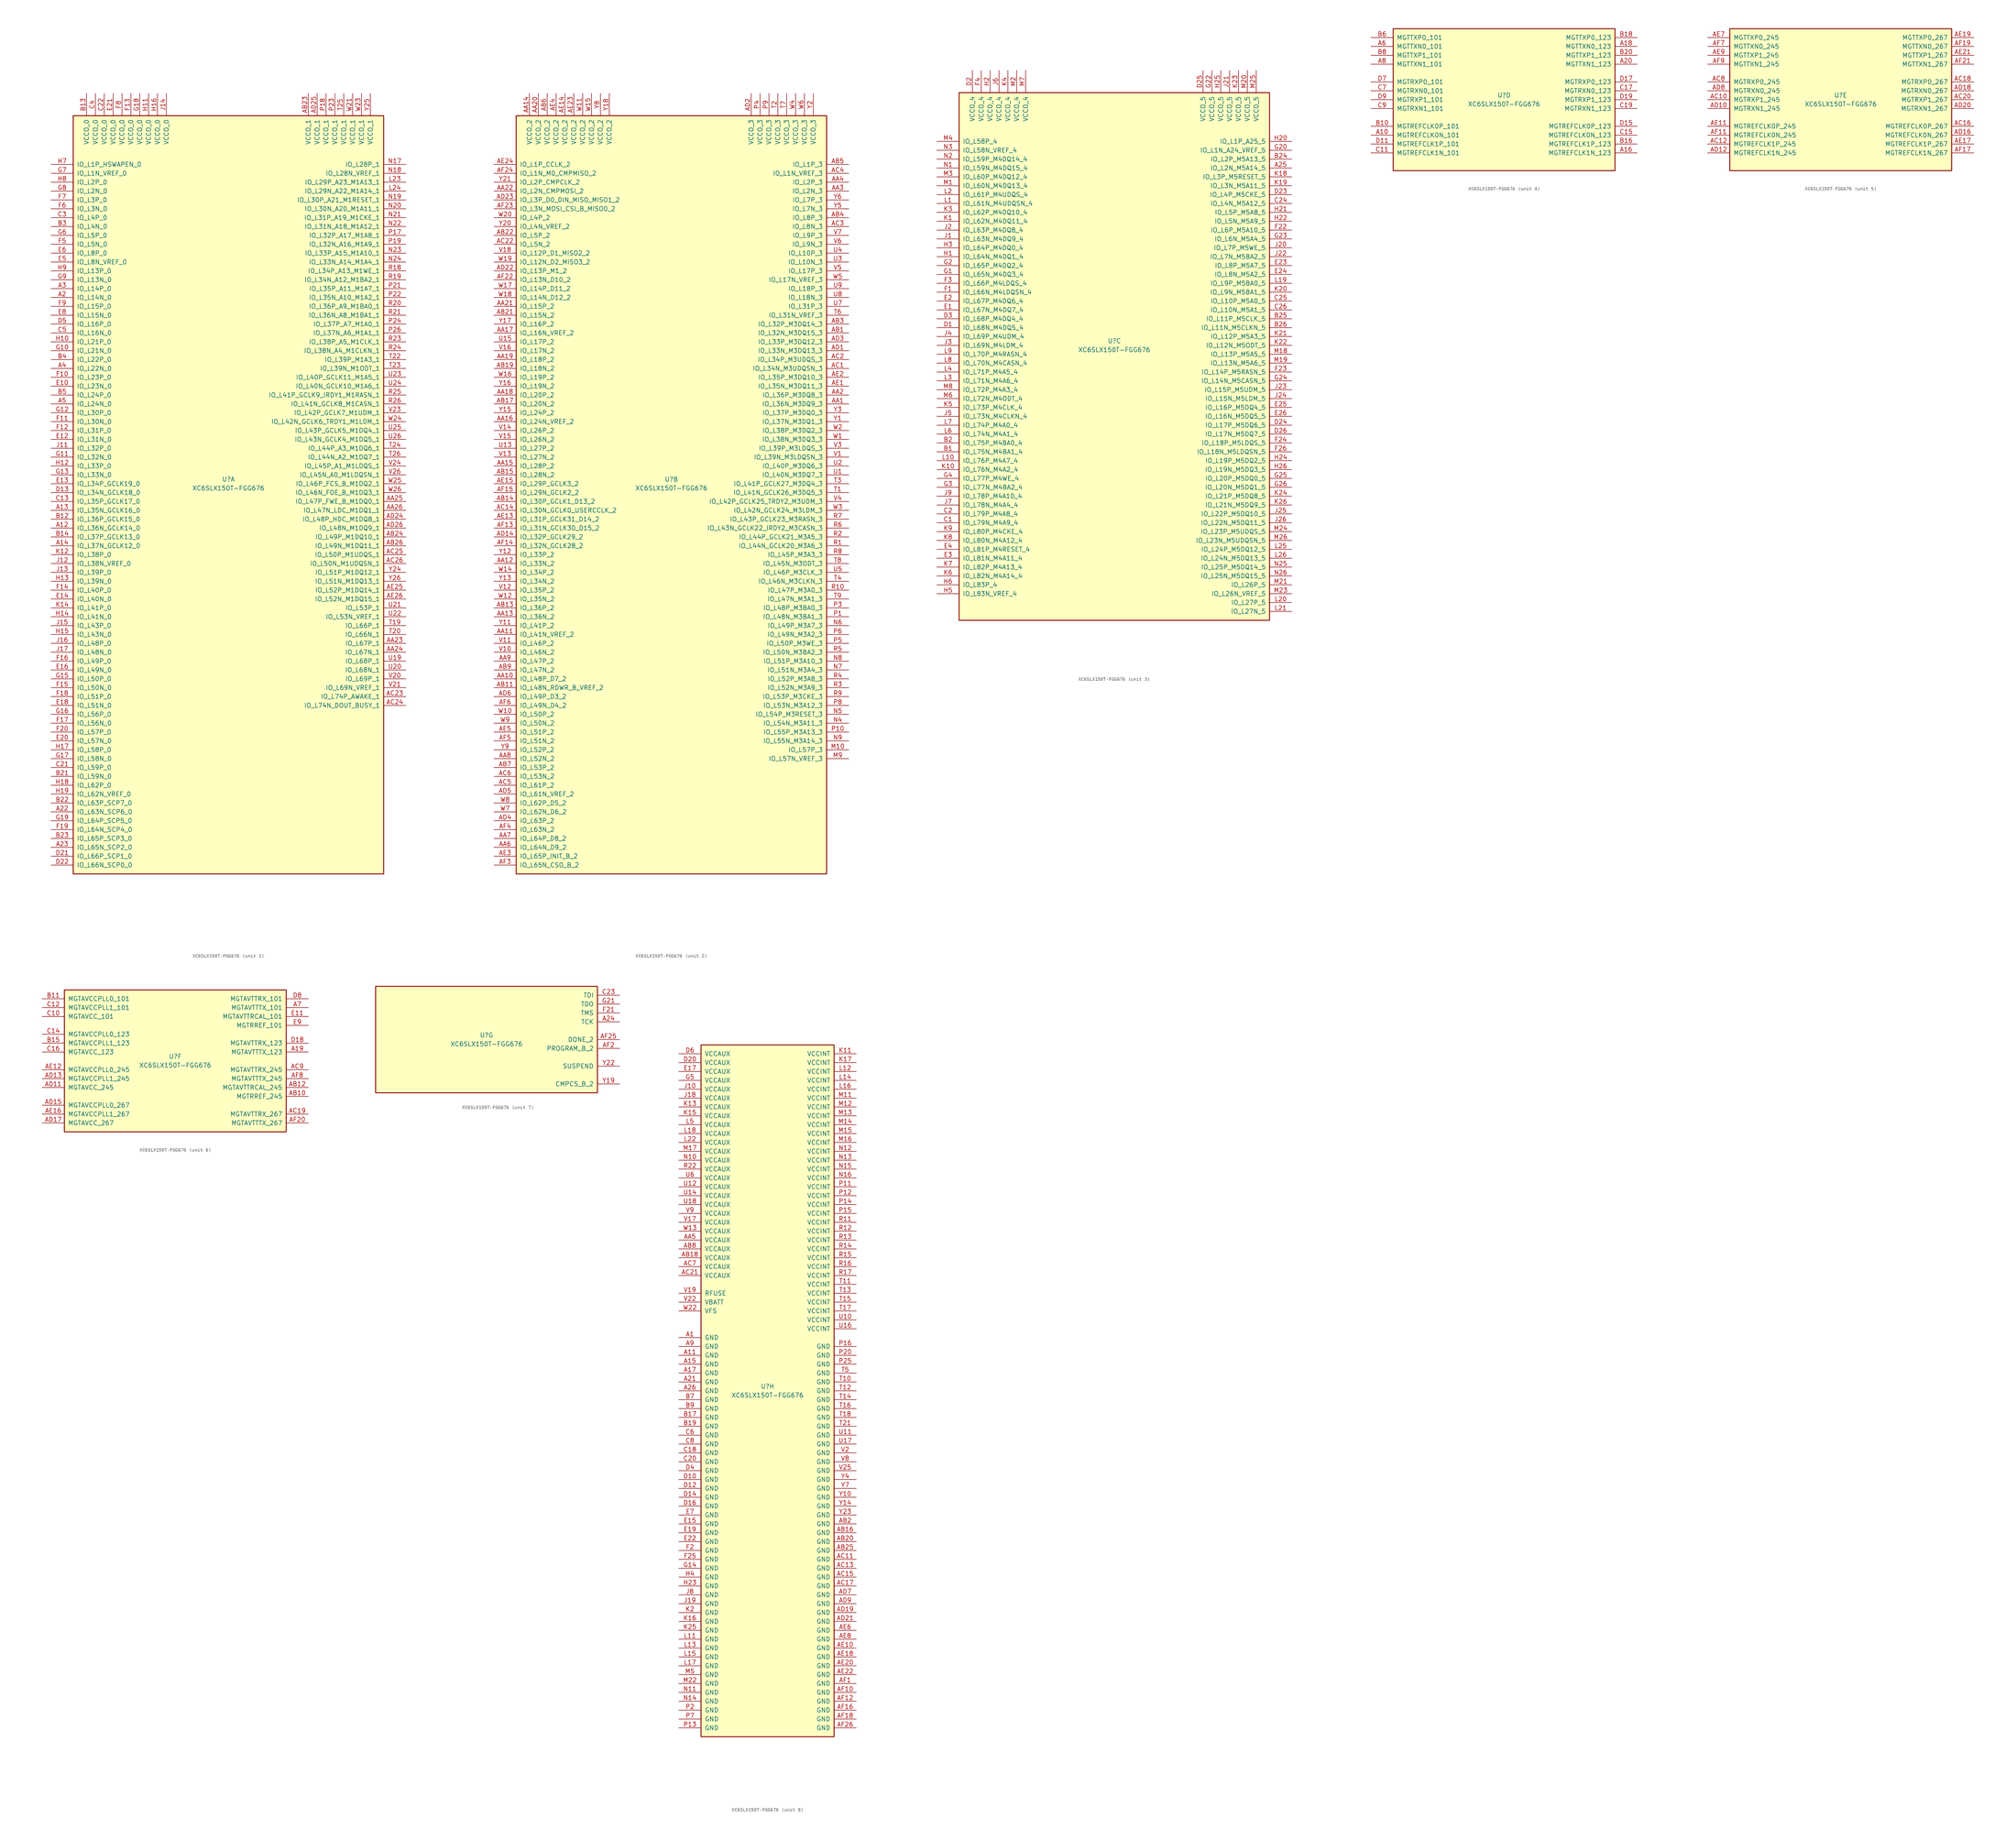
<source format=kicad_sym>
(kicad_symbol_lib
  (version 20201005)
  (generator kicad_symbol_editor)
  (symbol "FPGA_Xilinx_Spartan6:XC6SLX150T-FGG676"
    (pin_names
      (offset 1.016))
    (property "Reference" "U"
      (at 0 1.27 0)
      (effects (font (size 1.27 1.27))))
    (property "Value" "XC6SLX150T-FGG676"
      (at 0 -1.27 0)
      (effects (font (size 1.27 1.27))))
    (property "Datasheet" ""
      (at 0 0 0)
      (effects (font (size 1.27 1.27))))
    (property "ki_locked" ""
      (at 0 0 0)
      (effects (font (size 1.27 1.27))))
    (symbol "XC6SLX150T-FGG676_1_1"
      (rectangle (start -44.45 105.41) (end 44.45 -111.76) (stroke (width 0.254)) (fill (type background)))
      (pin power_in line (at -40.64 111.76 270) (length 6.35) (name "VCCO_0" (effects (font (size 1.27 1.27)))) (number "B13" (effects (font (size 1.27 1.27)))))
      (pin power_in line (at -38.1 111.76 270) (length 6.35) (name "VCCO_0" (effects (font (size 1.27 1.27)))) (number "C4" (effects (font (size 1.27 1.27)))))
      (pin power_in line (at -35.56 111.76 270) (length 6.35) (name "VCCO_0" (effects (font (size 1.27 1.27)))) (number "C22" (effects (font (size 1.27 1.27)))))
      (pin power_in line (at -33.02 111.76 270) (length 6.35) (name "VCCO_0" (effects (font (size 1.27 1.27)))) (number "E21" (effects (font (size 1.27 1.27)))))
      (pin power_in line (at -30.48 111.76 270) (length 6.35) (name "VCCO_0" (effects (font (size 1.27 1.27)))) (number "F8" (effects (font (size 1.27 1.27)))))
      (pin power_in line (at -27.94 111.76 270) (length 6.35) (name "VCCO_0" (effects (font (size 1.27 1.27)))) (number "F13" (effects (font (size 1.27 1.27)))))
      (pin power_in line (at -25.4 111.76 270) (length 6.35) (name "VCCO_0" (effects (font (size 1.27 1.27)))) (number "G18" (effects (font (size 1.27 1.27)))))
      (pin power_in line (at -22.86 111.76 270) (length 6.35) (name "VCCO_0" (effects (font (size 1.27 1.27)))) (number "H11" (effects (font (size 1.27 1.27)))))
      (pin power_in line (at -20.32 111.76 270) (length 6.35) (name "VCCO_0" (effects (font (size 1.27 1.27)))) (number "H16" (effects (font (size 1.27 1.27)))))
      (pin power_in line (at -17.78 111.76 270) (length 6.35) (name "VCCO_0" (effects (font (size 1.27 1.27)))) (number "J14" (effects (font (size 1.27 1.27)))))
      (pin bidirectional line (at -50.8 91.44 0) (length 6.35) (name "IO_L1P_HSWAPEN_0" (effects (font (size 1.27 1.27)))) (number "H7" (effects (font (size 1.27 1.27)))))
      (pin bidirectional line (at -50.8 88.9 0) (length 6.35) (name "IO_L1N_VREF_0" (effects (font (size 1.27 1.27)))) (number "G7" (effects (font (size 1.27 1.27)))))
      (pin bidirectional line (at -50.8 86.36 0) (length 6.35) (name "IO_L2P_0" (effects (font (size 1.27 1.27)))) (number "H8" (effects (font (size 1.27 1.27)))))
      (pin bidirectional line (at -50.8 83.82 0) (length 6.35) (name "IO_L2N_0" (effects (font (size 1.27 1.27)))) (number "G8" (effects (font (size 1.27 1.27)))))
      (pin bidirectional line (at -50.8 81.28 0) (length 6.35) (name "IO_L3P_0" (effects (font (size 1.27 1.27)))) (number "F7" (effects (font (size 1.27 1.27)))))
      (pin bidirectional line (at -50.8 78.74 0) (length 6.35) (name "IO_L3N_0" (effects (font (size 1.27 1.27)))) (number "F6" (effects (font (size 1.27 1.27)))))
      (pin bidirectional line (at -50.8 76.2 0) (length 6.35) (name "IO_L4P_0" (effects (font (size 1.27 1.27)))) (number "C3" (effects (font (size 1.27 1.27)))))
      (pin bidirectional line (at -50.8 73.66 0) (length 6.35) (name "IO_L4N_0" (effects (font (size 1.27 1.27)))) (number "B3" (effects (font (size 1.27 1.27)))))
      (pin bidirectional line (at -50.8 71.12 0) (length 6.35) (name "IO_L5P_0" (effects (font (size 1.27 1.27)))) (number "G6" (effects (font (size 1.27 1.27)))))
      (pin bidirectional line (at -50.8 68.58 0) (length 6.35) (name "IO_L5N_0" (effects (font (size 1.27 1.27)))) (number "F5" (effects (font (size 1.27 1.27)))))
      (pin bidirectional line (at -50.8 66.04 0) (length 6.35) (name "IO_L8P_0" (effects (font (size 1.27 1.27)))) (number "E6" (effects (font (size 1.27 1.27)))))
      (pin bidirectional line (at -50.8 63.5 0) (length 6.35) (name "IO_L8N_VREF_0" (effects (font (size 1.27 1.27)))) (number "E5" (effects (font (size 1.27 1.27)))))
      (pin bidirectional line (at -50.8 60.96 0) (length 6.35) (name "IO_L13P_0" (effects (font (size 1.27 1.27)))) (number "H9" (effects (font (size 1.27 1.27)))))
      (pin bidirectional line (at -50.8 58.42 0) (length 6.35) (name "IO_L13N_0" (effects (font (size 1.27 1.27)))) (number "G9" (effects (font (size 1.27 1.27)))))
      (pin bidirectional line (at -50.8 55.88 0) (length 6.35) (name "IO_L14P_0" (effects (font (size 1.27 1.27)))) (number "A3" (effects (font (size 1.27 1.27)))))
      (pin bidirectional line (at -50.8 53.34 0) (length 6.35) (name "IO_L14N_0" (effects (font (size 1.27 1.27)))) (number "A2" (effects (font (size 1.27 1.27)))))
      (pin bidirectional line (at -50.8 50.8 0) (length 6.35) (name "IO_L15P_0" (effects (font (size 1.27 1.27)))) (number "F9" (effects (font (size 1.27 1.27)))))
      (pin bidirectional line (at -50.8 48.26 0) (length 6.35) (name "IO_L15N_0" (effects (font (size 1.27 1.27)))) (number "E8" (effects (font (size 1.27 1.27)))))
      (pin bidirectional line (at -50.8 45.72 0) (length 6.35) (name "IO_L16P_0" (effects (font (size 1.27 1.27)))) (number "D5" (effects (font (size 1.27 1.27)))))
      (pin bidirectional line (at -50.8 43.18 0) (length 6.35) (name "IO_L16N_0" (effects (font (size 1.27 1.27)))) (number "C5" (effects (font (size 1.27 1.27)))))
      (pin bidirectional line (at -50.8 40.64 0) (length 6.35) (name "IO_L21P_0" (effects (font (size 1.27 1.27)))) (number "H10" (effects (font (size 1.27 1.27)))))
      (pin bidirectional line (at -50.8 38.1 0) (length 6.35) (name "IO_L21N_0" (effects (font (size 1.27 1.27)))) (number "G10" (effects (font (size 1.27 1.27)))))
      (pin bidirectional line (at -50.8 35.56 0) (length 6.35) (name "IO_L22P_0" (effects (font (size 1.27 1.27)))) (number "B4" (effects (font (size 1.27 1.27)))))
      (pin bidirectional line (at -50.8 33.02 0) (length 6.35) (name "IO_L22N_0" (effects (font (size 1.27 1.27)))) (number "A4" (effects (font (size 1.27 1.27)))))
      (pin bidirectional line (at -50.8 30.48 0) (length 6.35) (name "IO_L23P_0" (effects (font (size 1.27 1.27)))) (number "F10" (effects (font (size 1.27 1.27)))))
      (pin bidirectional line (at -50.8 27.94 0) (length 6.35) (name "IO_L23N_0" (effects (font (size 1.27 1.27)))) (number "E10" (effects (font (size 1.27 1.27)))))
      (pin bidirectional line (at -50.8 25.4 0) (length 6.35) (name "IO_L24P_0" (effects (font (size 1.27 1.27)))) (number "B5" (effects (font (size 1.27 1.27)))))
      (pin bidirectional line (at -50.8 22.86 0) (length 6.35) (name "IO_L24N_0" (effects (font (size 1.27 1.27)))) (number "A5" (effects (font (size 1.27 1.27)))))
      (pin bidirectional line (at -50.8 20.32 0) (length 6.35) (name "IO_L30P_0" (effects (font (size 1.27 1.27)))) (number "G12" (effects (font (size 1.27 1.27)))))
      (pin bidirectional line (at -50.8 17.78 0) (length 6.35) (name "IO_L30N_0" (effects (font (size 1.27 1.27)))) (number "F11" (effects (font (size 1.27 1.27)))))
      (pin bidirectional line (at -50.8 15.24 0) (length 6.35) (name "IO_L31P_0" (effects (font (size 1.27 1.27)))) (number "F12" (effects (font (size 1.27 1.27)))))
      (pin bidirectional line (at -50.8 12.7 0) (length 6.35) (name "IO_L31N_0" (effects (font (size 1.27 1.27)))) (number "E12" (effects (font (size 1.27 1.27)))))
      (pin bidirectional line (at -50.8 10.16 0) (length 6.35) (name "IO_L32P_0" (effects (font (size 1.27 1.27)))) (number "J11" (effects (font (size 1.27 1.27)))))
      (pin bidirectional line (at -50.8 7.62 0) (length 6.35) (name "IO_L32N_0" (effects (font (size 1.27 1.27)))) (number "G11" (effects (font (size 1.27 1.27)))))
      (pin bidirectional line (at -50.8 5.08 0) (length 6.35) (name "IO_L33P_0" (effects (font (size 1.27 1.27)))) (number "H12" (effects (font (size 1.27 1.27)))))
      (pin bidirectional line (at -50.8 2.54 0) (length 6.35) (name "IO_L33N_0" (effects (font (size 1.27 1.27)))) (number "G13" (effects (font (size 1.27 1.27)))))
      (pin bidirectional line (at -50.8 0 0) (length 6.35) (name "IO_L34P_GCLK19_0" (effects (font (size 1.27 1.27)))) (number "E13" (effects (font (size 1.27 1.27)))))
      (pin bidirectional line (at -50.8 -2.54 0) (length 6.35) (name "IO_L34N_GCLK18_0" (effects (font (size 1.27 1.27)))) (number "D13" (effects (font (size 1.27 1.27)))))
      (pin bidirectional line (at -50.8 -5.08 0) (length 6.35) (name "IO_L35P_GCLK17_0" (effects (font (size 1.27 1.27)))) (number "C13" (effects (font (size 1.27 1.27)))))
      (pin bidirectional line (at -50.8 -7.62 0) (length 6.35) (name "IO_L35N_GCLK16_0" (effects (font (size 1.27 1.27)))) (number "A13" (effects (font (size 1.27 1.27)))))
      (pin bidirectional line (at -50.8 -10.16 0) (length 6.35) (name "IO_L36P_GCLK15_0" (effects (font (size 1.27 1.27)))) (number "B12" (effects (font (size 1.27 1.27)))))
      (pin bidirectional line (at -50.8 -12.7 0) (length 6.35) (name "IO_L36N_GCLK14_0" (effects (font (size 1.27 1.27)))) (number "A12" (effects (font (size 1.27 1.27)))))
      (pin bidirectional line (at -50.8 -15.24 0) (length 6.35) (name "IO_L37P_GCLK13_0" (effects (font (size 1.27 1.27)))) (number "B14" (effects (font (size 1.27 1.27)))))
      (pin bidirectional line (at -50.8 -17.78 0) (length 6.35) (name "IO_L37N_GCLK12_0" (effects (font (size 1.27 1.27)))) (number "A14" (effects (font (size 1.27 1.27)))))
      (pin bidirectional line (at -50.8 -20.32 0) (length 6.35) (name "IO_L38P_0" (effects (font (size 1.27 1.27)))) (number "K12" (effects (font (size 1.27 1.27)))))
      (pin bidirectional line (at -50.8 -22.86 0) (length 6.35) (name "IO_L38N_VREF_0" (effects (font (size 1.27 1.27)))) (number "J12" (effects (font (size 1.27 1.27)))))
      (pin bidirectional line (at -50.8 -25.4 0) (length 6.35) (name "IO_L39P_0" (effects (font (size 1.27 1.27)))) (number "J13" (effects (font (size 1.27 1.27)))))
      (pin bidirectional line (at -50.8 -27.94 0) (length 6.35) (name "IO_L39N_0" (effects (font (size 1.27 1.27)))) (number "H13" (effects (font (size 1.27 1.27)))))
      (pin bidirectional line (at -50.8 -30.48 0) (length 6.35) (name "IO_L40P_0" (effects (font (size 1.27 1.27)))) (number "F14" (effects (font (size 1.27 1.27)))))
      (pin bidirectional line (at -50.8 -33.02 0) (length 6.35) (name "IO_L40N_0" (effects (font (size 1.27 1.27)))) (number "E14" (effects (font (size 1.27 1.27)))))
      (pin bidirectional line (at -50.8 -35.56 0) (length 6.35) (name "IO_L41P_0" (effects (font (size 1.27 1.27)))) (number "K14" (effects (font (size 1.27 1.27)))))
      (pin bidirectional line (at -50.8 -38.1 0) (length 6.35) (name "IO_L41N_0" (effects (font (size 1.27 1.27)))) (number "H14" (effects (font (size 1.27 1.27)))))
      (pin bidirectional line (at -50.8 -40.64 0) (length 6.35) (name "IO_L43P_0" (effects (font (size 1.27 1.27)))) (number "J15" (effects (font (size 1.27 1.27)))))
      (pin bidirectional line (at -50.8 -43.18 0) (length 6.35) (name "IO_L43N_0" (effects (font (size 1.27 1.27)))) (number "H15" (effects (font (size 1.27 1.27)))))
      (pin bidirectional line (at -50.8 -45.72 0) (length 6.35) (name "IO_L48P_0" (effects (font (size 1.27 1.27)))) (number "J16" (effects (font (size 1.27 1.27)))))
      (pin bidirectional line (at -50.8 -48.26 0) (length 6.35) (name "IO_L48N_0" (effects (font (size 1.27 1.27)))) (number "J17" (effects (font (size 1.27 1.27)))))
      (pin bidirectional line (at -50.8 -50.8 0) (length 6.35) (name "IO_L49P_0" (effects (font (size 1.27 1.27)))) (number "F16" (effects (font (size 1.27 1.27)))))
      (pin bidirectional line (at -50.8 -53.34 0) (length 6.35) (name "IO_L49N_0" (effects (font (size 1.27 1.27)))) (number "E16" (effects (font (size 1.27 1.27)))))
      (pin bidirectional line (at -50.8 -55.88 0) (length 6.35) (name "IO_L50P_0" (effects (font (size 1.27 1.27)))) (number "G15" (effects (font (size 1.27 1.27)))))
      (pin bidirectional line (at -50.8 -58.42 0) (length 6.35) (name "IO_L50N_0" (effects (font (size 1.27 1.27)))) (number "F15" (effects (font (size 1.27 1.27)))))
      (pin bidirectional line (at -50.8 -60.96 0) (length 6.35) (name "IO_L51P_0" (effects (font (size 1.27 1.27)))) (number "F18" (effects (font (size 1.27 1.27)))))
      (pin bidirectional line (at -50.8 -63.5 0) (length 6.35) (name "IO_L51N_0" (effects (font (size 1.27 1.27)))) (number "E18" (effects (font (size 1.27 1.27)))))
      (pin bidirectional line (at -50.8 -66.04 0) (length 6.35) (name "IO_L56P_0" (effects (font (size 1.27 1.27)))) (number "G16" (effects (font (size 1.27 1.27)))))
      (pin bidirectional line (at -50.8 -68.58 0) (length 6.35) (name "IO_L56N_0" (effects (font (size 1.27 1.27)))) (number "F17" (effects (font (size 1.27 1.27)))))
      (pin bidirectional line (at -50.8 -71.12 0) (length 6.35) (name "IO_L57P_0" (effects (font (size 1.27 1.27)))) (number "F20" (effects (font (size 1.27 1.27)))))
      (pin bidirectional line (at -50.8 -73.66 0) (length 6.35) (name "IO_L57N_0" (effects (font (size 1.27 1.27)))) (number "E20" (effects (font (size 1.27 1.27)))))
      (pin bidirectional line (at -50.8 -76.2 0) (length 6.35) (name "IO_L58P_0" (effects (font (size 1.27 1.27)))) (number "H17" (effects (font (size 1.27 1.27)))))
      (pin bidirectional line (at -50.8 -78.74 0) (length 6.35) (name "IO_L58N_0" (effects (font (size 1.27 1.27)))) (number "G17" (effects (font (size 1.27 1.27)))))
      (pin bidirectional line (at -50.8 -81.28 0) (length 6.35) (name "IO_L59P_0" (effects (font (size 1.27 1.27)))) (number "C21" (effects (font (size 1.27 1.27)))))
      (pin bidirectional line (at -50.8 -83.82 0) (length 6.35) (name "IO_L59N_0" (effects (font (size 1.27 1.27)))) (number "B21" (effects (font (size 1.27 1.27)))))
      (pin bidirectional line (at -50.8 -86.36 0) (length 6.35) (name "IO_L62P_0" (effects (font (size 1.27 1.27)))) (number "H18" (effects (font (size 1.27 1.27)))))
      (pin bidirectional line (at -50.8 -88.9 0) (length 6.35) (name "IO_L62N_VREF_0" (effects (font (size 1.27 1.27)))) (number "H19" (effects (font (size 1.27 1.27)))))
      (pin bidirectional line (at -50.8 -91.44 0) (length 6.35) (name "IO_L63P_SCP7_0" (effects (font (size 1.27 1.27)))) (number "B22" (effects (font (size 1.27 1.27)))))
      (pin bidirectional line (at -50.8 -93.98 0) (length 6.35) (name "IO_L63N_SCP6_0" (effects (font (size 1.27 1.27)))) (number "A22" (effects (font (size 1.27 1.27)))))
      (pin bidirectional line (at -50.8 -96.52 0) (length 6.35) (name "IO_L64P_SCP5_0" (effects (font (size 1.27 1.27)))) (number "G19" (effects (font (size 1.27 1.27)))))
      (pin bidirectional line (at -50.8 -99.06 0) (length 6.35) (name "IO_L64N_SCP4_0" (effects (font (size 1.27 1.27)))) (number "F19" (effects (font (size 1.27 1.27)))))
      (pin bidirectional line (at -50.8 -101.6 0) (length 6.35) (name "IO_L65P_SCP3_0" (effects (font (size 1.27 1.27)))) (number "B23" (effects (font (size 1.27 1.27)))))
      (pin bidirectional line (at -50.8 -104.14 0) (length 6.35) (name "IO_L65N_SCP2_0" (effects (font (size 1.27 1.27)))) (number "A23" (effects (font (size 1.27 1.27)))))
      (pin bidirectional line (at -50.8 -106.68 0) (length 6.35) (name "IO_L66P_SCP1_0" (effects (font (size 1.27 1.27)))) (number "D21" (effects (font (size 1.27 1.27)))))
      (pin bidirectional line (at -50.8 -109.22 0) (length 6.35) (name "IO_L66N_SCP0_0" (effects (font (size 1.27 1.27)))) (number "D22" (effects (font (size 1.27 1.27)))))
      (pin power_in line (at 22.86 111.76 270) (length 6.35) (name "VCCO_1" (effects (font (size 1.27 1.27)))) (number "AB23" (effects (font (size 1.27 1.27)))))
      (pin power_in line (at 25.4 111.76 270) (length 6.35) (name "VCCO_1" (effects (font (size 1.27 1.27)))) (number "AD25" (effects (font (size 1.27 1.27)))))
      (pin power_in line (at 27.94 111.76 270) (length 6.35) (name "VCCO_1" (effects (font (size 1.27 1.27)))) (number "P18" (effects (font (size 1.27 1.27)))))
      (pin power_in line (at 30.48 111.76 270) (length 6.35) (name "VCCO_1" (effects (font (size 1.27 1.27)))) (number "P23" (effects (font (size 1.27 1.27)))))
      (pin power_in line (at 33.02 111.76 270) (length 6.35) (name "VCCO_1" (effects (font (size 1.27 1.27)))) (number "T25" (effects (font (size 1.27 1.27)))))
      (pin power_in line (at 35.56 111.76 270) (length 6.35) (name "VCCO_1" (effects (font (size 1.27 1.27)))) (number "W21" (effects (font (size 1.27 1.27)))))
      (pin power_in line (at 38.1 111.76 270) (length 6.35) (name "VCCO_1" (effects (font (size 1.27 1.27)))) (number "W23" (effects (font (size 1.27 1.27)))))
      (pin power_in line (at 40.64 111.76 270) (length 6.35) (name "VCCO_1" (effects (font (size 1.27 1.27)))) (number "Y25" (effects (font (size 1.27 1.27)))))
      (pin bidirectional line (at 50.8 91.44 180) (length 6.35) (name "IO_L28P_1" (effects (font (size 1.27 1.27)))) (number "N17" (effects (font (size 1.27 1.27)))))
      (pin bidirectional line (at 50.8 88.9 180) (length 6.35) (name "IO_L28N_VREF_1" (effects (font (size 1.27 1.27)))) (number "N18" (effects (font (size 1.27 1.27)))))
      (pin bidirectional line (at 50.8 86.36 180) (length 6.35) (name "IO_L29P_A23_M1A13_1" (effects (font (size 1.27 1.27)))) (number "L23" (effects (font (size 1.27 1.27)))))
      (pin bidirectional line (at 50.8 83.82 180) (length 6.35) (name "IO_L29N_A22_M1A14_1" (effects (font (size 1.27 1.27)))) (number "L24" (effects (font (size 1.27 1.27)))))
      (pin bidirectional line (at 50.8 81.28 180) (length 6.35) (name "IO_L30P_A21_M1RESET_1" (effects (font (size 1.27 1.27)))) (number "N19" (effects (font (size 1.27 1.27)))))
      (pin bidirectional line (at 50.8 78.74 180) (length 6.35) (name "IO_L30N_A20_M1A11_1" (effects (font (size 1.27 1.27)))) (number "N20" (effects (font (size 1.27 1.27)))))
      (pin bidirectional line (at 50.8 76.2 180) (length 6.35) (name "IO_L31P_A19_M1CKE_1" (effects (font (size 1.27 1.27)))) (number "N21" (effects (font (size 1.27 1.27)))))
      (pin bidirectional line (at 50.8 73.66 180) (length 6.35) (name "IO_L31N_A18_M1A12_1" (effects (font (size 1.27 1.27)))) (number "N22" (effects (font (size 1.27 1.27)))))
      (pin bidirectional line (at 50.8 71.12 180) (length 6.35) (name "IO_L32P_A17_M1A8_1" (effects (font (size 1.27 1.27)))) (number "P17" (effects (font (size 1.27 1.27)))))
      (pin bidirectional line (at 50.8 68.58 180) (length 6.35) (name "IO_L32N_A16_M1A9_1" (effects (font (size 1.27 1.27)))) (number "P19" (effects (font (size 1.27 1.27)))))
      (pin bidirectional line (at 50.8 66.04 180) (length 6.35) (name "IO_L33P_A15_M1A10_1" (effects (font (size 1.27 1.27)))) (number "N23" (effects (font (size 1.27 1.27)))))
      (pin bidirectional line (at 50.8 63.5 180) (length 6.35) (name "IO_L33N_A14_M1A4_1" (effects (font (size 1.27 1.27)))) (number "N24" (effects (font (size 1.27 1.27)))))
      (pin bidirectional line (at 50.8 60.96 180) (length 6.35) (name "IO_L34P_A13_M1WE_1" (effects (font (size 1.27 1.27)))) (number "R18" (effects (font (size 1.27 1.27)))))
      (pin bidirectional line (at 50.8 58.42 180) (length 6.35) (name "IO_L34N_A12_M1BA2_1" (effects (font (size 1.27 1.27)))) (number "R19" (effects (font (size 1.27 1.27)))))
      (pin bidirectional line (at 50.8 55.88 180) (length 6.35) (name "IO_L35P_A11_M1A7_1" (effects (font (size 1.27 1.27)))) (number "P21" (effects (font (size 1.27 1.27)))))
      (pin bidirectional line (at 50.8 53.34 180) (length 6.35) (name "IO_L35N_A10_M1A2_1" (effects (font (size 1.27 1.27)))) (number "P22" (effects (font (size 1.27 1.27)))))
      (pin bidirectional line (at 50.8 50.8 180) (length 6.35) (name "IO_L36P_A9_M1BA0_1" (effects (font (size 1.27 1.27)))) (number "R20" (effects (font (size 1.27 1.27)))))
      (pin bidirectional line (at 50.8 48.26 180) (length 6.35) (name "IO_L36N_A8_M1BA1_1" (effects (font (size 1.27 1.27)))) (number "R21" (effects (font (size 1.27 1.27)))))
      (pin bidirectional line (at 50.8 45.72 180) (length 6.35) (name "IO_L37P_A7_M1A0_1" (effects (font (size 1.27 1.27)))) (number "P24" (effects (font (size 1.27 1.27)))))
      (pin bidirectional line (at 50.8 43.18 180) (length 6.35) (name "IO_L37N_A6_M1A1_1" (effects (font (size 1.27 1.27)))) (number "P26" (effects (font (size 1.27 1.27)))))
      (pin bidirectional line (at 50.8 40.64 180) (length 6.35) (name "IO_L38P_A5_M1CLK_1" (effects (font (size 1.27 1.27)))) (number "R23" (effects (font (size 1.27 1.27)))))
      (pin bidirectional line (at 50.8 38.1 180) (length 6.35) (name "IO_L38N_A4_M1CLKN_1" (effects (font (size 1.27 1.27)))) (number "R24" (effects (font (size 1.27 1.27)))))
      (pin bidirectional line (at 50.8 35.56 180) (length 6.35) (name "IO_L39P_M1A3_1" (effects (font (size 1.27 1.27)))) (number "T22" (effects (font (size 1.27 1.27)))))
      (pin bidirectional line (at 50.8 33.02 180) (length 6.35) (name "IO_L39N_M1ODT_1" (effects (font (size 1.27 1.27)))) (number "T23" (effects (font (size 1.27 1.27)))))
      (pin bidirectional line (at 50.8 30.48 180) (length 6.35) (name "IO_L40P_GCLK11_M1A5_1" (effects (font (size 1.27 1.27)))) (number "U23" (effects (font (size 1.27 1.27)))))
      (pin bidirectional line (at 50.8 27.94 180) (length 6.35) (name "IO_L40N_GCLK10_M1A6_1" (effects (font (size 1.27 1.27)))) (number "U24" (effects (font (size 1.27 1.27)))))
      (pin bidirectional line (at 50.8 25.4 180) (length 6.35) (name "IO_L41P_GCLK9_IRDY1_M1RASN_1" (effects (font (size 1.27 1.27)))) (number "R25" (effects (font (size 1.27 1.27)))))
      (pin bidirectional line (at 50.8 22.86 180) (length 6.35) (name "IO_L41N_GCLK8_M1CASN_1" (effects (font (size 1.27 1.27)))) (number "R26" (effects (font (size 1.27 1.27)))))
      (pin bidirectional line (at 50.8 20.32 180) (length 6.35) (name "IO_L42P_GCLK7_M1UDM_1" (effects (font (size 1.27 1.27)))) (number "V23" (effects (font (size 1.27 1.27)))))
      (pin bidirectional line (at 50.8 17.78 180) (length 6.35) (name "IO_L42N_GCLK6_TRDY1_M1LDM_1" (effects (font (size 1.27 1.27)))) (number "W24" (effects (font (size 1.27 1.27)))))
      (pin bidirectional line (at 50.8 15.24 180) (length 6.35) (name "IO_L43P_GCLK5_M1DQ4_1" (effects (font (size 1.27 1.27)))) (number "U25" (effects (font (size 1.27 1.27)))))
      (pin bidirectional line (at 50.8 12.7 180) (length 6.35) (name "IO_L43N_GCLK4_M1DQ5_1" (effects (font (size 1.27 1.27)))) (number "U26" (effects (font (size 1.27 1.27)))))
      (pin bidirectional line (at 50.8 10.16 180) (length 6.35) (name "IO_L44P_A3_M1DQ6_1" (effects (font (size 1.27 1.27)))) (number "T24" (effects (font (size 1.27 1.27)))))
      (pin bidirectional line (at 50.8 7.62 180) (length 6.35) (name "IO_L44N_A2_M1DQ7_1" (effects (font (size 1.27 1.27)))) (number "T26" (effects (font (size 1.27 1.27)))))
      (pin bidirectional line (at 50.8 5.08 180) (length 6.35) (name "IO_L45P_A1_M1LDQS_1" (effects (font (size 1.27 1.27)))) (number "V24" (effects (font (size 1.27 1.27)))))
      (pin bidirectional line (at 50.8 2.54 180) (length 6.35) (name "IO_L45N_A0_M1LDQSN_1" (effects (font (size 1.27 1.27)))) (number "V26" (effects (font (size 1.27 1.27)))))
      (pin bidirectional line (at 50.8 0 180) (length 6.35) (name "IO_L46P_FCS_B_M1DQ2_1" (effects (font (size 1.27 1.27)))) (number "W25" (effects (font (size 1.27 1.27)))))
      (pin bidirectional line (at 50.8 -2.54 180) (length 6.35) (name "IO_L46N_FOE_B_M1DQ3_1" (effects (font (size 1.27 1.27)))) (number "W26" (effects (font (size 1.27 1.27)))))
      (pin bidirectional line (at 50.8 -5.08 180) (length 6.35) (name "IO_L47P_FWE_B_M1DQ0_1" (effects (font (size 1.27 1.27)))) (number "AA25" (effects (font (size 1.27 1.27)))))
      (pin bidirectional line (at 50.8 -7.62 180) (length 6.35) (name "IO_L47N_LDC_M1DQ1_1" (effects (font (size 1.27 1.27)))) (number "AA26" (effects (font (size 1.27 1.27)))))
      (pin bidirectional line (at 50.8 -10.16 180) (length 6.35) (name "IO_L48P_HDC_M1DQ8_1" (effects (font (size 1.27 1.27)))) (number "AD24" (effects (font (size 1.27 1.27)))))
      (pin bidirectional line (at 50.8 -12.7 180) (length 6.35) (name "IO_L48N_M1DQ9_1" (effects (font (size 1.27 1.27)))) (number "AD26" (effects (font (size 1.27 1.27)))))
      (pin bidirectional line (at 50.8 -15.24 180) (length 6.35) (name "IO_L49P_M1DQ10_1" (effects (font (size 1.27 1.27)))) (number "AB24" (effects (font (size 1.27 1.27)))))
      (pin bidirectional line (at 50.8 -17.78 180) (length 6.35) (name "IO_L49N_M1DQ11_1" (effects (font (size 1.27 1.27)))) (number "AB26" (effects (font (size 1.27 1.27)))))
      (pin bidirectional line (at 50.8 -20.32 180) (length 6.35) (name "IO_L50P_M1UDQS_1" (effects (font (size 1.27 1.27)))) (number "AC25" (effects (font (size 1.27 1.27)))))
      (pin bidirectional line (at 50.8 -22.86 180) (length 6.35) (name "IO_L50N_M1UDQSN_1" (effects (font (size 1.27 1.27)))) (number "AC26" (effects (font (size 1.27 1.27)))))
      (pin bidirectional line (at 50.8 -25.4 180) (length 6.35) (name "IO_L51P_M1DQ12_1" (effects (font (size 1.27 1.27)))) (number "Y24" (effects (font (size 1.27 1.27)))))
      (pin bidirectional line (at 50.8 -27.94 180) (length 6.35) (name "IO_L51N_M1DQ13_1" (effects (font (size 1.27 1.27)))) (number "Y26" (effects (font (size 1.27 1.27)))))
      (pin bidirectional line (at 50.8 -30.48 180) (length 6.35) (name "IO_L52P_M1DQ14_1" (effects (font (size 1.27 1.27)))) (number "AE25" (effects (font (size 1.27 1.27)))))
      (pin bidirectional line (at 50.8 -33.02 180) (length 6.35) (name "IO_L52N_M1DQ15_1" (effects (font (size 1.27 1.27)))) (number "AE26" (effects (font (size 1.27 1.27)))))
      (pin bidirectional line (at 50.8 -35.56 180) (length 6.35) (name "IO_L53P_1" (effects (font (size 1.27 1.27)))) (number "U21" (effects (font (size 1.27 1.27)))))
      (pin bidirectional line (at 50.8 -38.1 180) (length 6.35) (name "IO_L53N_VREF_1" (effects (font (size 1.27 1.27)))) (number "U22" (effects (font (size 1.27 1.27)))))
      (pin bidirectional line (at 50.8 -40.64 180) (length 6.35) (name "IO_L66P_1" (effects (font (size 1.27 1.27)))) (number "T19" (effects (font (size 1.27 1.27)))))
      (pin bidirectional line (at 50.8 -43.18 180) (length 6.35) (name "IO_L66N_1" (effects (font (size 1.27 1.27)))) (number "T20" (effects (font (size 1.27 1.27)))))
      (pin bidirectional line (at 50.8 -45.72 180) (length 6.35) (name "IO_L67P_1" (effects (font (size 1.27 1.27)))) (number "AA23" (effects (font (size 1.27 1.27)))))
      (pin bidirectional line (at 50.8 -48.26 180) (length 6.35) (name "IO_L67N_1" (effects (font (size 1.27 1.27)))) (number "AA24" (effects (font (size 1.27 1.27)))))
      (pin bidirectional line (at 50.8 -50.8 180) (length 6.35) (name "IO_L68P_1" (effects (font (size 1.27 1.27)))) (number "U19" (effects (font (size 1.27 1.27)))))
      (pin bidirectional line (at 50.8 -53.34 180) (length 6.35) (name "IO_L68N_1" (effects (font (size 1.27 1.27)))) (number "U20" (effects (font (size 1.27 1.27)))))
      (pin bidirectional line (at 50.8 -55.88 180) (length 6.35) (name "IO_L69P_1" (effects (font (size 1.27 1.27)))) (number "V20" (effects (font (size 1.27 1.27)))))
      (pin bidirectional line (at 50.8 -58.42 180) (length 6.35) (name "IO_L69N_VREF_1" (effects (font (size 1.27 1.27)))) (number "V21" (effects (font (size 1.27 1.27)))))
      (pin bidirectional line (at 50.8 -60.96 180) (length 6.35) (name "IO_L74P_AWAKE_1" (effects (font (size 1.27 1.27)))) (number "AC23" (effects (font (size 1.27 1.27)))))
      (pin bidirectional line (at 50.8 -63.5 180) (length 6.35) (name "IO_L74N_DOUT_BUSY_1" (effects (font (size 1.27 1.27)))) (number "AC24" (effects (font (size 1.27 1.27))))))
    (symbol "XC6SLX150T-FGG676_2_1"
      (rectangle (start -44.45 105.41) (end 44.45 -111.76) (stroke (width 0.254)) (fill (type background)))
      (pin power_in line (at -40.64 111.76 270) (length 6.35) (name "VCCO_2" (effects (font (size 1.27 1.27)))) (number "AA14" (effects (font (size 1.27 1.27)))))
      (pin power_in line (at -38.1 111.76 270) (length 6.35) (name "VCCO_2" (effects (font (size 1.27 1.27)))) (number "AA20" (effects (font (size 1.27 1.27)))))
      (pin power_in line (at -35.56 111.76 270) (length 6.35) (name "VCCO_2" (effects (font (size 1.27 1.27)))) (number "AB6" (effects (font (size 1.27 1.27)))))
      (pin power_in line (at -33.02 111.76 270) (length 6.35) (name "VCCO_2" (effects (font (size 1.27 1.27)))) (number "AE4" (effects (font (size 1.27 1.27)))))
      (pin power_in line (at -30.48 111.76 270) (length 6.35) (name "VCCO_2" (effects (font (size 1.27 1.27)))) (number "AE14" (effects (font (size 1.27 1.27)))))
      (pin power_in line (at -27.94 111.76 270) (length 6.35) (name "VCCO_2" (effects (font (size 1.27 1.27)))) (number "AE23" (effects (font (size 1.27 1.27)))))
      (pin power_in line (at -25.4 111.76 270) (length 6.35) (name "VCCO_2" (effects (font (size 1.27 1.27)))) (number "W11" (effects (font (size 1.27 1.27)))))
      (pin power_in line (at -22.86 111.76 270) (length 6.35) (name "VCCO_2" (effects (font (size 1.27 1.27)))) (number "W15" (effects (font (size 1.27 1.27)))))
      (pin power_in line (at -20.32 111.76 270) (length 6.35) (name "VCCO_2" (effects (font (size 1.27 1.27)))) (number "Y8" (effects (font (size 1.27 1.27)))))
      (pin power_in line (at -17.78 111.76 270) (length 6.35) (name "VCCO_2" (effects (font (size 1.27 1.27)))) (number "Y18" (effects (font (size 1.27 1.27)))))
      (pin bidirectional line (at -50.8 91.44 0) (length 6.35) (name "IO_L1P_CCLK_2" (effects (font (size 1.27 1.27)))) (number "AE24" (effects (font (size 1.27 1.27)))))
      (pin bidirectional line (at -50.8 88.9 0) (length 6.35) (name "IO_L1N_M0_CMPMISO_2" (effects (font (size 1.27 1.27)))) (number "AF24" (effects (font (size 1.27 1.27)))))
      (pin bidirectional line (at -50.8 86.36 0) (length 6.35) (name "IO_L2P_CMPCLK_2" (effects (font (size 1.27 1.27)))) (number "Y21" (effects (font (size 1.27 1.27)))))
      (pin bidirectional line (at -50.8 83.82 0) (length 6.35) (name "IO_L2N_CMPMOSI_2" (effects (font (size 1.27 1.27)))) (number "AA22" (effects (font (size 1.27 1.27)))))
      (pin bidirectional line (at -50.8 81.28 0) (length 6.35) (name "IO_L3P_D0_DIN_MISO_MISO1_2" (effects (font (size 1.27 1.27)))) (number "AD23" (effects (font (size 1.27 1.27)))))
      (pin bidirectional line (at -50.8 78.74 0) (length 6.35) (name "IO_L3N_MOSI_CSI_B_MISO0_2" (effects (font (size 1.27 1.27)))) (number "AF23" (effects (font (size 1.27 1.27)))))
      (pin bidirectional line (at -50.8 76.2 0) (length 6.35) (name "IO_L4P_2" (effects (font (size 1.27 1.27)))) (number "W20" (effects (font (size 1.27 1.27)))))
      (pin bidirectional line (at -50.8 73.66 0) (length 6.35) (name "IO_L4N_VREF_2" (effects (font (size 1.27 1.27)))) (number "Y20" (effects (font (size 1.27 1.27)))))
      (pin bidirectional line (at -50.8 71.12 0) (length 6.35) (name "IO_L5P_2" (effects (font (size 1.27 1.27)))) (number "AB22" (effects (font (size 1.27 1.27)))))
      (pin bidirectional line (at -50.8 68.58 0) (length 6.35) (name "IO_L5N_2" (effects (font (size 1.27 1.27)))) (number "AC22" (effects (font (size 1.27 1.27)))))
      (pin bidirectional line (at -50.8 66.04 0) (length 6.35) (name "IO_L12P_D1_MISO2_2" (effects (font (size 1.27 1.27)))) (number "V18" (effects (font (size 1.27 1.27)))))
      (pin bidirectional line (at -50.8 63.5 0) (length 6.35) (name "IO_L12N_D2_MISO3_2" (effects (font (size 1.27 1.27)))) (number "W19" (effects (font (size 1.27 1.27)))))
      (pin bidirectional line (at -50.8 60.96 0) (length 6.35) (name "IO_L13P_M1_2" (effects (font (size 1.27 1.27)))) (number "AD22" (effects (font (size 1.27 1.27)))))
      (pin bidirectional line (at -50.8 58.42 0) (length 6.35) (name "IO_L13N_D10_2" (effects (font (size 1.27 1.27)))) (number "AF22" (effects (font (size 1.27 1.27)))))
      (pin bidirectional line (at -50.8 55.88 0) (length 6.35) (name "IO_L14P_D11_2" (effects (font (size 1.27 1.27)))) (number "W17" (effects (font (size 1.27 1.27)))))
      (pin bidirectional line (at -50.8 53.34 0) (length 6.35) (name "IO_L14N_D12_2" (effects (font (size 1.27 1.27)))) (number "W18" (effects (font (size 1.27 1.27)))))
      (pin bidirectional line (at -50.8 50.8 0) (length 6.35) (name "IO_L15P_2" (effects (font (size 1.27 1.27)))) (number "AA21" (effects (font (size 1.27 1.27)))))
      (pin bidirectional line (at -50.8 48.26 0) (length 6.35) (name "IO_L15N_2" (effects (font (size 1.27 1.27)))) (number "AB21" (effects (font (size 1.27 1.27)))))
      (pin bidirectional line (at -50.8 45.72 0) (length 6.35) (name "IO_L16P_2" (effects (font (size 1.27 1.27)))) (number "Y17" (effects (font (size 1.27 1.27)))))
      (pin bidirectional line (at -50.8 43.18 0) (length 6.35) (name "IO_L16N_VREF_2" (effects (font (size 1.27 1.27)))) (number "AA17" (effects (font (size 1.27 1.27)))))
      (pin bidirectional line (at -50.8 40.64 0) (length 6.35) (name "IO_L17P_2" (effects (font (size 1.27 1.27)))) (number "U15" (effects (font (size 1.27 1.27)))))
      (pin bidirectional line (at -50.8 38.1 0) (length 6.35) (name "IO_L17N_2" (effects (font (size 1.27 1.27)))) (number "V16" (effects (font (size 1.27 1.27)))))
      (pin bidirectional line (at -50.8 35.56 0) (length 6.35) (name "IO_L18P_2" (effects (font (size 1.27 1.27)))) (number "AA19" (effects (font (size 1.27 1.27)))))
      (pin bidirectional line (at -50.8 33.02 0) (length 6.35) (name "IO_L18N_2" (effects (font (size 1.27 1.27)))) (number "AB19" (effects (font (size 1.27 1.27)))))
      (pin bidirectional line (at -50.8 30.48 0) (length 6.35) (name "IO_L19P_2" (effects (font (size 1.27 1.27)))) (number "W16" (effects (font (size 1.27 1.27)))))
      (pin bidirectional line (at -50.8 27.94 0) (length 6.35) (name "IO_L19N_2" (effects (font (size 1.27 1.27)))) (number "Y16" (effects (font (size 1.27 1.27)))))
      (pin bidirectional line (at -50.8 25.4 0) (length 6.35) (name "IO_L20P_2" (effects (font (size 1.27 1.27)))) (number "AA18" (effects (font (size 1.27 1.27)))))
      (pin bidirectional line (at -50.8 22.86 0) (length 6.35) (name "IO_L20N_2" (effects (font (size 1.27 1.27)))) (number "AB17" (effects (font (size 1.27 1.27)))))
      (pin bidirectional line (at -50.8 20.32 0) (length 6.35) (name "IO_L24P_2" (effects (font (size 1.27 1.27)))) (number "Y15" (effects (font (size 1.27 1.27)))))
      (pin bidirectional line (at -50.8 17.78 0) (length 6.35) (name "IO_L24N_VREF_2" (effects (font (size 1.27 1.27)))) (number "AA16" (effects (font (size 1.27 1.27)))))
      (pin bidirectional line (at -50.8 15.24 0) (length 6.35) (name "IO_L26P_2" (effects (font (size 1.27 1.27)))) (number "V14" (effects (font (size 1.27 1.27)))))
      (pin bidirectional line (at -50.8 12.7 0) (length 6.35) (name "IO_L26N_2" (effects (font (size 1.27 1.27)))) (number "V15" (effects (font (size 1.27 1.27)))))
      (pin bidirectional line (at -50.8 10.16 0) (length 6.35) (name "IO_L27P_2" (effects (font (size 1.27 1.27)))) (number "U13" (effects (font (size 1.27 1.27)))))
      (pin bidirectional line (at -50.8 7.62 0) (length 6.35) (name "IO_L27N_2" (effects (font (size 1.27 1.27)))) (number "V13" (effects (font (size 1.27 1.27)))))
      (pin bidirectional line (at -50.8 5.08 0) (length 6.35) (name "IO_L28P_2" (effects (font (size 1.27 1.27)))) (number "AA15" (effects (font (size 1.27 1.27)))))
      (pin bidirectional line (at -50.8 2.54 0) (length 6.35) (name "IO_L28N_2" (effects (font (size 1.27 1.27)))) (number "AB15" (effects (font (size 1.27 1.27)))))
      (pin bidirectional line (at -50.8 0 0) (length 6.35) (name "IO_L29P_GCLK3_2" (effects (font (size 1.27 1.27)))) (number "AE15" (effects (font (size 1.27 1.27)))))
      (pin bidirectional line (at -50.8 -2.54 0) (length 6.35) (name "IO_L29N_GCLK2_2" (effects (font (size 1.27 1.27)))) (number "AF15" (effects (font (size 1.27 1.27)))))
      (pin bidirectional line (at -50.8 -5.08 0) (length 6.35) (name "IO_L30P_GCLK1_D13_2" (effects (font (size 1.27 1.27)))) (number "AB14" (effects (font (size 1.27 1.27)))))
      (pin bidirectional line (at -50.8 -7.62 0) (length 6.35) (name "IO_L30N_GCLK0_USERCCLK_2" (effects (font (size 1.27 1.27)))) (number "AC14" (effects (font (size 1.27 1.27)))))
      (pin bidirectional line (at -50.8 -10.16 0) (length 6.35) (name "IO_L31P_GCLK31_D14_2" (effects (font (size 1.27 1.27)))) (number "AE13" (effects (font (size 1.27 1.27)))))
      (pin bidirectional line (at -50.8 -12.7 0) (length 6.35) (name "IO_L31N_GCLK30_D15_2" (effects (font (size 1.27 1.27)))) (number "AF13" (effects (font (size 1.27 1.27)))))
      (pin bidirectional line (at -50.8 -15.24 0) (length 6.35) (name "IO_L32P_GCLK29_2" (effects (font (size 1.27 1.27)))) (number "AD14" (effects (font (size 1.27 1.27)))))
      (pin bidirectional line (at -50.8 -17.78 0) (length 6.35) (name "IO_L32N_GCLK28_2" (effects (font (size 1.27 1.27)))) (number "AF14" (effects (font (size 1.27 1.27)))))
      (pin bidirectional line (at -50.8 -20.32 0) (length 6.35) (name "IO_L33P_2" (effects (font (size 1.27 1.27)))) (number "Y12" (effects (font (size 1.27 1.27)))))
      (pin bidirectional line (at -50.8 -22.86 0) (length 6.35) (name "IO_L33N_2" (effects (font (size 1.27 1.27)))) (number "AA12" (effects (font (size 1.27 1.27)))))
      (pin bidirectional line (at -50.8 -25.4 0) (length 6.35) (name "IO_L34P_2" (effects (font (size 1.27 1.27)))) (number "W14" (effects (font (size 1.27 1.27)))))
      (pin bidirectional line (at -50.8 -27.94 0) (length 6.35) (name "IO_L34N_2" (effects (font (size 1.27 1.27)))) (number "Y13" (effects (font (size 1.27 1.27)))))
      (pin bidirectional line (at -50.8 -30.48 0) (length 6.35) (name "IO_L35P_2" (effects (font (size 1.27 1.27)))) (number "V12" (effects (font (size 1.27 1.27)))))
      (pin bidirectional line (at -50.8 -33.02 0) (length 6.35) (name "IO_L35N_2" (effects (font (size 1.27 1.27)))) (number "W12" (effects (font (size 1.27 1.27)))))
      (pin bidirectional line (at -50.8 -35.56 0) (length 6.35) (name "IO_L36P_2" (effects (font (size 1.27 1.27)))) (number "AB13" (effects (font (size 1.27 1.27)))))
      (pin bidirectional line (at -50.8 -38.1 0) (length 6.35) (name "IO_L36N_2" (effects (font (size 1.27 1.27)))) (number "AA13" (effects (font (size 1.27 1.27)))))
      (pin bidirectional line (at -50.8 -40.64 0) (length 6.35) (name "IO_L41P_2" (effects (font (size 1.27 1.27)))) (number "Y11" (effects (font (size 1.27 1.27)))))
      (pin bidirectional line (at -50.8 -43.18 0) (length 6.35) (name "IO_L41N_VREF_2" (effects (font (size 1.27 1.27)))) (number "AA11" (effects (font (size 1.27 1.27)))))
      (pin bidirectional line (at -50.8 -45.72 0) (length 6.35) (name "IO_L46P_2" (effects (font (size 1.27 1.27)))) (number "V11" (effects (font (size 1.27 1.27)))))
      (pin bidirectional line (at -50.8 -48.26 0) (length 6.35) (name "IO_L46N_2" (effects (font (size 1.27 1.27)))) (number "V10" (effects (font (size 1.27 1.27)))))
      (pin bidirectional line (at -50.8 -50.8 0) (length 6.35) (name "IO_L47P_2" (effects (font (size 1.27 1.27)))) (number "AA9" (effects (font (size 1.27 1.27)))))
      (pin bidirectional line (at -50.8 -53.34 0) (length 6.35) (name "IO_L47N_2" (effects (font (size 1.27 1.27)))) (number "AB9" (effects (font (size 1.27 1.27)))))
      (pin bidirectional line (at -50.8 -55.88 0) (length 6.35) (name "IO_L48P_D7_2" (effects (font (size 1.27 1.27)))) (number "AA10" (effects (font (size 1.27 1.27)))))
      (pin bidirectional line (at -50.8 -58.42 0) (length 6.35) (name "IO_L48N_RDWR_B_VREF_2" (effects (font (size 1.27 1.27)))) (number "AB11" (effects (font (size 1.27 1.27)))))
      (pin bidirectional line (at -50.8 -60.96 0) (length 6.35) (name "IO_L49P_D3_2" (effects (font (size 1.27 1.27)))) (number "AD6" (effects (font (size 1.27 1.27)))))
      (pin bidirectional line (at -50.8 -63.5 0) (length 6.35) (name "IO_L49N_D4_2" (effects (font (size 1.27 1.27)))) (number "AF6" (effects (font (size 1.27 1.27)))))
      (pin bidirectional line (at -50.8 -66.04 0) (length 6.35) (name "IO_L50P_2" (effects (font (size 1.27 1.27)))) (number "W10" (effects (font (size 1.27 1.27)))))
      (pin bidirectional line (at -50.8 -68.58 0) (length 6.35) (name "IO_L50N_2" (effects (font (size 1.27 1.27)))) (number "W9" (effects (font (size 1.27 1.27)))))
      (pin bidirectional line (at -50.8 -71.12 0) (length 6.35) (name "IO_L51P_2" (effects (font (size 1.27 1.27)))) (number "AE5" (effects (font (size 1.27 1.27)))))
      (pin bidirectional line (at -50.8 -73.66 0) (length 6.35) (name "IO_L51N_2" (effects (font (size 1.27 1.27)))) (number "AF5" (effects (font (size 1.27 1.27)))))
      (pin bidirectional line (at -50.8 -76.2 0) (length 6.35) (name "IO_L52P_2" (effects (font (size 1.27 1.27)))) (number "Y9" (effects (font (size 1.27 1.27)))))
      (pin bidirectional line (at -50.8 -78.74 0) (length 6.35) (name "IO_L52N_2" (effects (font (size 1.27 1.27)))) (number "AA8" (effects (font (size 1.27 1.27)))))
      (pin bidirectional line (at -50.8 -81.28 0) (length 6.35) (name "IO_L53P_2" (effects (font (size 1.27 1.27)))) (number "AB7" (effects (font (size 1.27 1.27)))))
      (pin bidirectional line (at -50.8 -83.82 0) (length 6.35) (name "IO_L53N_2" (effects (font (size 1.27 1.27)))) (number "AC6" (effects (font (size 1.27 1.27)))))
      (pin bidirectional line (at -50.8 -86.36 0) (length 6.35) (name "IO_L61P_2" (effects (font (size 1.27 1.27)))) (number "AC5" (effects (font (size 1.27 1.27)))))
      (pin bidirectional line (at -50.8 -88.9 0) (length 6.35) (name "IO_L61N_VREF_2" (effects (font (size 1.27 1.27)))) (number "AD5" (effects (font (size 1.27 1.27)))))
      (pin bidirectional line (at -50.8 -91.44 0) (length 6.35) (name "IO_L62P_D5_2" (effects (font (size 1.27 1.27)))) (number "W8" (effects (font (size 1.27 1.27)))))
      (pin bidirectional line (at -50.8 -93.98 0) (length 6.35) (name "IO_L62N_D6_2" (effects (font (size 1.27 1.27)))) (number "W7" (effects (font (size 1.27 1.27)))))
      (pin bidirectional line (at -50.8 -96.52 0) (length 6.35) (name "IO_L63P_2" (effects (font (size 1.27 1.27)))) (number "AD4" (effects (font (size 1.27 1.27)))))
      (pin bidirectional line (at -50.8 -99.06 0) (length 6.35) (name "IO_L63N_2" (effects (font (size 1.27 1.27)))) (number "AF4" (effects (font (size 1.27 1.27)))))
      (pin bidirectional line (at -50.8 -101.6 0) (length 6.35) (name "IO_L64P_D8_2" (effects (font (size 1.27 1.27)))) (number "AA7" (effects (font (size 1.27 1.27)))))
      (pin bidirectional line (at -50.8 -104.14 0) (length 6.35) (name "IO_L64N_D9_2" (effects (font (size 1.27 1.27)))) (number "AA6" (effects (font (size 1.27 1.27)))))
      (pin bidirectional line (at -50.8 -106.68 0) (length 6.35) (name "IO_L65P_INIT_B_2" (effects (font (size 1.27 1.27)))) (number "AE3" (effects (font (size 1.27 1.27)))))
      (pin bidirectional line (at -50.8 -109.22 0) (length 6.35) (name "IO_L65N_CSO_B_2" (effects (font (size 1.27 1.27)))) (number "AF3" (effects (font (size 1.27 1.27)))))
      (pin power_in line (at 22.86 111.76 270) (length 6.35) (name "VCCO_3" (effects (font (size 1.27 1.27)))) (number "AD2" (effects (font (size 1.27 1.27)))))
      (pin power_in line (at 25.4 111.76 270) (length 6.35) (name "VCCO_3" (effects (font (size 1.27 1.27)))) (number "P4" (effects (font (size 1.27 1.27)))))
      (pin power_in line (at 27.94 111.76 270) (length 6.35) (name "VCCO_3" (effects (font (size 1.27 1.27)))) (number "P9" (effects (font (size 1.27 1.27)))))
      (pin power_in line (at 30.48 111.76 270) (length 6.35) (name "VCCO_3" (effects (font (size 1.27 1.27)))) (number "T2" (effects (font (size 1.27 1.27)))))
      (pin power_in line (at 33.02 111.76 270) (length 6.35) (name "VCCO_3" (effects (font (size 1.27 1.27)))) (number "T7" (effects (font (size 1.27 1.27)))))
      (pin power_in line (at 35.56 111.76 270) (length 6.35) (name "VCCO_3" (effects (font (size 1.27 1.27)))) (number "W4" (effects (font (size 1.27 1.27)))))
      (pin power_in line (at 38.1 111.76 270) (length 6.35) (name "VCCO_3" (effects (font (size 1.27 1.27)))) (number "W6" (effects (font (size 1.27 1.27)))))
      (pin power_in line (at 40.64 111.76 270) (length 6.35) (name "VCCO_3" (effects (font (size 1.27 1.27)))) (number "Y2" (effects (font (size 1.27 1.27)))))
      (pin bidirectional line (at 50.8 91.44 180) (length 6.35) (name "IO_L1P_3" (effects (font (size 1.27 1.27)))) (number "AB5" (effects (font (size 1.27 1.27)))))
      (pin bidirectional line (at 50.8 88.9 180) (length 6.35) (name "IO_L1N_VREF_3" (effects (font (size 1.27 1.27)))) (number "AC4" (effects (font (size 1.27 1.27)))))
      (pin bidirectional line (at 50.8 86.36 180) (length 6.35) (name "IO_L2P_3" (effects (font (size 1.27 1.27)))) (number "AA4" (effects (font (size 1.27 1.27)))))
      (pin bidirectional line (at 50.8 83.82 180) (length 6.35) (name "IO_L2N_3" (effects (font (size 1.27 1.27)))) (number "AA3" (effects (font (size 1.27 1.27)))))
      (pin bidirectional line (at 50.8 81.28 180) (length 6.35) (name "IO_L7P_3" (effects (font (size 1.27 1.27)))) (number "Y6" (effects (font (size 1.27 1.27)))))
      (pin bidirectional line (at 50.8 78.74 180) (length 6.35) (name "IO_L7N_3" (effects (font (size 1.27 1.27)))) (number "Y5" (effects (font (size 1.27 1.27)))))
      (pin bidirectional line (at 50.8 76.2 180) (length 6.35) (name "IO_L8P_3" (effects (font (size 1.27 1.27)))) (number "AB4" (effects (font (size 1.27 1.27)))))
      (pin bidirectional line (at 50.8 73.66 180) (length 6.35) (name "IO_L8N_3" (effects (font (size 1.27 1.27)))) (number "AC3" (effects (font (size 1.27 1.27)))))
      (pin bidirectional line (at 50.8 71.12 180) (length 6.35) (name "IO_L9P_3" (effects (font (size 1.27 1.27)))) (number "V7" (effects (font (size 1.27 1.27)))))
      (pin bidirectional line (at 50.8 68.58 180) (length 6.35) (name "IO_L9N_3" (effects (font (size 1.27 1.27)))) (number "V6" (effects (font (size 1.27 1.27)))))
      (pin bidirectional line (at 50.8 66.04 180) (length 6.35) (name "IO_L10P_3" (effects (font (size 1.27 1.27)))) (number "U4" (effects (font (size 1.27 1.27)))))
      (pin bidirectional line (at 50.8 63.5 180) (length 6.35) (name "IO_L10N_3" (effects (font (size 1.27 1.27)))) (number "U3" (effects (font (size 1.27 1.27)))))
      (pin bidirectional line (at 50.8 60.96 180) (length 6.35) (name "IO_L17P_3" (effects (font (size 1.27 1.27)))) (number "V5" (effects (font (size 1.27 1.27)))))
      (pin bidirectional line (at 50.8 58.42 180) (length 6.35) (name "IO_L17N_VREF_3" (effects (font (size 1.27 1.27)))) (number "W5" (effects (font (size 1.27 1.27)))))
      (pin bidirectional line (at 50.8 55.88 180) (length 6.35) (name "IO_L18P_3" (effects (font (size 1.27 1.27)))) (number "U9" (effects (font (size 1.27 1.27)))))
      (pin bidirectional line (at 50.8 53.34 180) (length 6.35) (name "IO_L18N_3" (effects (font (size 1.27 1.27)))) (number "U8" (effects (font (size 1.27 1.27)))))
      (pin bidirectional line (at 50.8 50.8 180) (length 6.35) (name "IO_L31P_3" (effects (font (size 1.27 1.27)))) (number "U7" (effects (font (size 1.27 1.27)))))
      (pin bidirectional line (at 50.8 48.26 180) (length 6.35) (name "IO_L31N_VREF_3" (effects (font (size 1.27 1.27)))) (number "T6" (effects (font (size 1.27 1.27)))))
      (pin bidirectional line (at 50.8 45.72 180) (length 6.35) (name "IO_L32P_M3DQ14_3" (effects (font (size 1.27 1.27)))) (number "AB3" (effects (font (size 1.27 1.27)))))
      (pin bidirectional line (at 50.8 43.18 180) (length 6.35) (name "IO_L32N_M3DQ15_3" (effects (font (size 1.27 1.27)))) (number "AB1" (effects (font (size 1.27 1.27)))))
      (pin bidirectional line (at 50.8 40.64 180) (length 6.35) (name "IO_L33P_M3DQ12_3" (effects (font (size 1.27 1.27)))) (number "AD3" (effects (font (size 1.27 1.27)))))
      (pin bidirectional line (at 50.8 38.1 180) (length 6.35) (name "IO_L33N_M3DQ13_3" (effects (font (size 1.27 1.27)))) (number "AD1" (effects (font (size 1.27 1.27)))))
      (pin bidirectional line (at 50.8 35.56 180) (length 6.35) (name "IO_L34P_M3UDQS_3" (effects (font (size 1.27 1.27)))) (number "AC2" (effects (font (size 1.27 1.27)))))
      (pin bidirectional line (at 50.8 33.02 180) (length 6.35) (name "IO_L34N_M3UDQSN_3" (effects (font (size 1.27 1.27)))) (number "AC1" (effects (font (size 1.27 1.27)))))
      (pin bidirectional line (at 50.8 30.48 180) (length 6.35) (name "IO_L35P_M3DQ10_3" (effects (font (size 1.27 1.27)))) (number "AE2" (effects (font (size 1.27 1.27)))))
      (pin bidirectional line (at 50.8 27.94 180) (length 6.35) (name "IO_L35N_M3DQ11_3" (effects (font (size 1.27 1.27)))) (number "AE1" (effects (font (size 1.27 1.27)))))
      (pin bidirectional line (at 50.8 25.4 180) (length 6.35) (name "IO_L36P_M3DQ8_3" (effects (font (size 1.27 1.27)))) (number "AA2" (effects (font (size 1.27 1.27)))))
      (pin bidirectional line (at 50.8 22.86 180) (length 6.35) (name "IO_L36N_M3DQ9_3" (effects (font (size 1.27 1.27)))) (number "AA1" (effects (font (size 1.27 1.27)))))
      (pin bidirectional line (at 50.8 20.32 180) (length 6.35) (name "IO_L37P_M3DQ0_3" (effects (font (size 1.27 1.27)))) (number "Y3" (effects (font (size 1.27 1.27)))))
      (pin bidirectional line (at 50.8 17.78 180) (length 6.35) (name "IO_L37N_M3DQ1_3" (effects (font (size 1.27 1.27)))) (number "Y1" (effects (font (size 1.27 1.27)))))
      (pin bidirectional line (at 50.8 15.24 180) (length 6.35) (name "IO_L38P_M3DQ2_3" (effects (font (size 1.27 1.27)))) (number "W2" (effects (font (size 1.27 1.27)))))
      (pin bidirectional line (at 50.8 12.7 180) (length 6.35) (name "IO_L38N_M3DQ3_3" (effects (font (size 1.27 1.27)))) (number "W1" (effects (font (size 1.27 1.27)))))
      (pin bidirectional line (at 50.8 10.16 180) (length 6.35) (name "IO_L39P_M3LDQS_3" (effects (font (size 1.27 1.27)))) (number "V3" (effects (font (size 1.27 1.27)))))
      (pin bidirectional line (at 50.8 7.62 180) (length 6.35) (name "IO_L39N_M3LDQSN_3" (effects (font (size 1.27 1.27)))) (number "V1" (effects (font (size 1.27 1.27)))))
      (pin bidirectional line (at 50.8 5.08 180) (length 6.35) (name "IO_L40P_M3DQ6_3" (effects (font (size 1.27 1.27)))) (number "U2" (effects (font (size 1.27 1.27)))))
      (pin bidirectional line (at 50.8 2.54 180) (length 6.35) (name "IO_L40N_M3DQ7_3" (effects (font (size 1.27 1.27)))) (number "U1" (effects (font (size 1.27 1.27)))))
      (pin bidirectional line (at 50.8 0 180) (length 6.35) (name "IO_L41P_GCLK27_M3DQ4_3" (effects (font (size 1.27 1.27)))) (number "T3" (effects (font (size 1.27 1.27)))))
      (pin bidirectional line (at 50.8 -2.54 180) (length 6.35) (name "IO_L41N_GCLK26_M3DQ5_3" (effects (font (size 1.27 1.27)))) (number "T1" (effects (font (size 1.27 1.27)))))
      (pin bidirectional line (at 50.8 -5.08 180) (length 6.35) (name "IO_L42P_GCLK25_TRDY2_M3UDM_3" (effects (font (size 1.27 1.27)))) (number "V4" (effects (font (size 1.27 1.27)))))
      (pin bidirectional line (at 50.8 -7.62 180) (length 6.35) (name "IO_L42N_GCLK24_M3LDM_3" (effects (font (size 1.27 1.27)))) (number "W3" (effects (font (size 1.27 1.27)))))
      (pin bidirectional line (at 50.8 -10.16 180) (length 6.35) (name "IO_L43P_GCLK23_M3RASN_3" (effects (font (size 1.27 1.27)))) (number "R7" (effects (font (size 1.27 1.27)))))
      (pin bidirectional line (at 50.8 -12.7 180) (length 6.35) (name "IO_L43N_GCLK22_IRDY2_M3CASN_3" (effects (font (size 1.27 1.27)))) (number "R6" (effects (font (size 1.27 1.27)))))
      (pin bidirectional line (at 50.8 -15.24 180) (length 6.35) (name "IO_L44P_GCLK21_M3A5_3" (effects (font (size 1.27 1.27)))) (number "R2" (effects (font (size 1.27 1.27)))))
      (pin bidirectional line (at 50.8 -17.78 180) (length 6.35) (name "IO_L44N_GCLK20_M3A6_3" (effects (font (size 1.27 1.27)))) (number "R1" (effects (font (size 1.27 1.27)))))
      (pin bidirectional line (at 50.8 -20.32 180) (length 6.35) (name "IO_L45P_M3A3_3" (effects (font (size 1.27 1.27)))) (number "R8" (effects (font (size 1.27 1.27)))))
      (pin bidirectional line (at 50.8 -22.86 180) (length 6.35) (name "IO_L45N_M3ODT_3" (effects (font (size 1.27 1.27)))) (number "T8" (effects (font (size 1.27 1.27)))))
      (pin bidirectional line (at 50.8 -25.4 180) (length 6.35) (name "IO_L46P_M3CLK_3" (effects (font (size 1.27 1.27)))) (number "U5" (effects (font (size 1.27 1.27)))))
      (pin bidirectional line (at 50.8 -27.94 180) (length 6.35) (name "IO_L46N_M3CLKN_3" (effects (font (size 1.27 1.27)))) (number "T4" (effects (font (size 1.27 1.27)))))
      (pin bidirectional line (at 50.8 -30.48 180) (length 6.35) (name "IO_L47P_M3A0_3" (effects (font (size 1.27 1.27)))) (number "R10" (effects (font (size 1.27 1.27)))))
      (pin bidirectional line (at 50.8 -33.02 180) (length 6.35) (name "IO_L47N_M3A1_3" (effects (font (size 1.27 1.27)))) (number "T9" (effects (font (size 1.27 1.27)))))
      (pin bidirectional line (at 50.8 -35.56 180) (length 6.35) (name "IO_L48P_M3BA0_3" (effects (font (size 1.27 1.27)))) (number "P3" (effects (font (size 1.27 1.27)))))
      (pin bidirectional line (at 50.8 -38.1 180) (length 6.35) (name "IO_L48N_M3BA1_3" (effects (font (size 1.27 1.27)))) (number "P1" (effects (font (size 1.27 1.27)))))
      (pin bidirectional line (at 50.8 -40.64 180) (length 6.35) (name "IO_L49P_M3A7_3" (effects (font (size 1.27 1.27)))) (number "N6" (effects (font (size 1.27 1.27)))))
      (pin bidirectional line (at 50.8 -43.18 180) (length 6.35) (name "IO_L49N_M3A2_3" (effects (font (size 1.27 1.27)))) (number "P6" (effects (font (size 1.27 1.27)))))
      (pin bidirectional line (at 50.8 -45.72 180) (length 6.35) (name "IO_L50P_M3WE_3" (effects (font (size 1.27 1.27)))) (number "P5" (effects (font (size 1.27 1.27)))))
      (pin bidirectional line (at 50.8 -48.26 180) (length 6.35) (name "IO_L50N_M3BA2_3" (effects (font (size 1.27 1.27)))) (number "R5" (effects (font (size 1.27 1.27)))))
      (pin bidirectional line (at 50.8 -50.8 180) (length 6.35) (name "IO_L51P_M3A10_3" (effects (font (size 1.27 1.27)))) (number "N8" (effects (font (size 1.27 1.27)))))
      (pin bidirectional line (at 50.8 -53.34 180) (length 6.35) (name "IO_L51N_M3A4_3" (effects (font (size 1.27 1.27)))) (number "N7" (effects (font (size 1.27 1.27)))))
      (pin bidirectional line (at 50.8 -55.88 180) (length 6.35) (name "IO_L52P_M3A8_3" (effects (font (size 1.27 1.27)))) (number "R4" (effects (font (size 1.27 1.27)))))
      (pin bidirectional line (at 50.8 -58.42 180) (length 6.35) (name "IO_L52N_M3A9_3" (effects (font (size 1.27 1.27)))) (number "R3" (effects (font (size 1.27 1.27)))))
      (pin bidirectional line (at 50.8 -60.96 180) (length 6.35) (name "IO_L53P_M3CKE_3" (effects (font (size 1.27 1.27)))) (number "R9" (effects (font (size 1.27 1.27)))))
      (pin bidirectional line (at 50.8 -63.5 180) (length 6.35) (name "IO_L53N_M3A12_3" (effects (font (size 1.27 1.27)))) (number "P8" (effects (font (size 1.27 1.27)))))
      (pin bidirectional line (at 50.8 -66.04 180) (length 6.35) (name "IO_L54P_M3RESET_3" (effects (font (size 1.27 1.27)))) (number "N5" (effects (font (size 1.27 1.27)))))
      (pin bidirectional line (at 50.8 -68.58 180) (length 6.35) (name "IO_L54N_M3A11_3" (effects (font (size 1.27 1.27)))) (number "N4" (effects (font (size 1.27 1.27)))))
      (pin bidirectional line (at 50.8 -71.12 180) (length 6.35) (name "IO_L55P_M3A13_3" (effects (font (size 1.27 1.27)))) (number "P10" (effects (font (size 1.27 1.27)))))
      (pin bidirectional line (at 50.8 -73.66 180) (length 6.35) (name "IO_L55N_M3A14_3" (effects (font (size 1.27 1.27)))) (number "N9" (effects (font (size 1.27 1.27)))))
      (pin bidirectional line (at 50.8 -76.2 180) (length 6.35) (name "IO_L57P_3" (effects (font (size 1.27 1.27)))) (number "M10" (effects (font (size 1.27 1.27)))))
      (pin bidirectional line (at 50.8 -78.74 180) (length 6.35) (name "IO_L57N_VREF_3" (effects (font (size 1.27 1.27)))) (number "M9" (effects (font (size 1.27 1.27))))))
    (symbol "XC6SLX150T-FGG676_3_1"
      (rectangle (start -44.45 72.39) (end 44.45 -78.74) (stroke (width 0.254)) (fill (type background)))
      (pin power_in line (at -40.64 78.74 270) (length 6.35) (name "VCCO_4" (effects (font (size 1.27 1.27)))) (number "D2" (effects (font (size 1.27 1.27)))))
      (pin power_in line (at -38.1 78.74 270) (length 6.35) (name "VCCO_4" (effects (font (size 1.27 1.27)))) (number "F4" (effects (font (size 1.27 1.27)))))
      (pin power_in line (at -35.56 78.74 270) (length 6.35) (name "VCCO_4" (effects (font (size 1.27 1.27)))) (number "H2" (effects (font (size 1.27 1.27)))))
      (pin power_in line (at -33.02 78.74 270) (length 6.35) (name "VCCO_4" (effects (font (size 1.27 1.27)))) (number "J6" (effects (font (size 1.27 1.27)))))
      (pin power_in line (at -30.48 78.74 270) (length 6.35) (name "VCCO_4" (effects (font (size 1.27 1.27)))) (number "K4" (effects (font (size 1.27 1.27)))))
      (pin power_in line (at -27.94 78.74 270) (length 6.35) (name "VCCO_4" (effects (font (size 1.27 1.27)))) (number "M2" (effects (font (size 1.27 1.27)))))
      (pin power_in line (at -25.4 78.74 270) (length 6.35) (name "VCCO_4" (effects (font (size 1.27 1.27)))) (number "M7" (effects (font (size 1.27 1.27)))))
      (pin bidirectional line (at -50.8 58.42 0) (length 6.35) (name "IO_L58P_4" (effects (font (size 1.27 1.27)))) (number "M4" (effects (font (size 1.27 1.27)))))
      (pin bidirectional line (at -50.8 55.88 0) (length 6.35) (name "IO_L58N_VREF_4" (effects (font (size 1.27 1.27)))) (number "N3" (effects (font (size 1.27 1.27)))))
      (pin bidirectional line (at -50.8 53.34 0) (length 6.35) (name "IO_L59P_M4DQ14_4" (effects (font (size 1.27 1.27)))) (number "N2" (effects (font (size 1.27 1.27)))))
      (pin bidirectional line (at -50.8 50.8 0) (length 6.35) (name "IO_L59N_M4DQ15_4" (effects (font (size 1.27 1.27)))) (number "N1" (effects (font (size 1.27 1.27)))))
      (pin bidirectional line (at -50.8 48.26 0) (length 6.35) (name "IO_L60P_M4DQ12_4" (effects (font (size 1.27 1.27)))) (number "M3" (effects (font (size 1.27 1.27)))))
      (pin bidirectional line (at -50.8 45.72 0) (length 6.35) (name "IO_L60N_M4DQ13_4" (effects (font (size 1.27 1.27)))) (number "M1" (effects (font (size 1.27 1.27)))))
      (pin bidirectional line (at -50.8 43.18 0) (length 6.35) (name "IO_L61P_M4UDQS_4" (effects (font (size 1.27 1.27)))) (number "L2" (effects (font (size 1.27 1.27)))))
      (pin bidirectional line (at -50.8 40.64 0) (length 6.35) (name "IO_L61N_M4UDQSN_4" (effects (font (size 1.27 1.27)))) (number "L1" (effects (font (size 1.27 1.27)))))
      (pin bidirectional line (at -50.8 38.1 0) (length 6.35) (name "IO_L62P_M4DQ10_4" (effects (font (size 1.27 1.27)))) (number "K3" (effects (font (size 1.27 1.27)))))
      (pin bidirectional line (at -50.8 35.56 0) (length 6.35) (name "IO_L62N_M4DQ11_4" (effects (font (size 1.27 1.27)))) (number "K1" (effects (font (size 1.27 1.27)))))
      (pin bidirectional line (at -50.8 33.02 0) (length 6.35) (name "IO_L63P_M4DQ8_4" (effects (font (size 1.27 1.27)))) (number "J2" (effects (font (size 1.27 1.27)))))
      (pin bidirectional line (at -50.8 30.48 0) (length 6.35) (name "IO_L63N_M4DQ9_4" (effects (font (size 1.27 1.27)))) (number "J1" (effects (font (size 1.27 1.27)))))
      (pin bidirectional line (at -50.8 27.94 0) (length 6.35) (name "IO_L64P_M4DQ0_4" (effects (font (size 1.27 1.27)))) (number "H3" (effects (font (size 1.27 1.27)))))
      (pin bidirectional line (at -50.8 25.4 0) (length 6.35) (name "IO_L64N_M4DQ1_4" (effects (font (size 1.27 1.27)))) (number "H1" (effects (font (size 1.27 1.27)))))
      (pin bidirectional line (at -50.8 22.86 0) (length 6.35) (name "IO_L65P_M4DQ2_4" (effects (font (size 1.27 1.27)))) (number "G2" (effects (font (size 1.27 1.27)))))
      (pin bidirectional line (at -50.8 20.32 0) (length 6.35) (name "IO_L65N_M4DQ3_4" (effects (font (size 1.27 1.27)))) (number "G1" (effects (font (size 1.27 1.27)))))
      (pin bidirectional line (at -50.8 17.78 0) (length 6.35) (name "IO_L66P_M4LDQS_4" (effects (font (size 1.27 1.27)))) (number "F3" (effects (font (size 1.27 1.27)))))
      (pin bidirectional line (at -50.8 15.24 0) (length 6.35) (name "IO_L66N_M4LDQSN_4" (effects (font (size 1.27 1.27)))) (number "F1" (effects (font (size 1.27 1.27)))))
      (pin bidirectional line (at -50.8 12.7 0) (length 6.35) (name "IO_L67P_M4DQ6_4" (effects (font (size 1.27 1.27)))) (number "E2" (effects (font (size 1.27 1.27)))))
      (pin bidirectional line (at -50.8 10.16 0) (length 6.35) (name "IO_L67N_M4DQ7_4" (effects (font (size 1.27 1.27)))) (number "E1" (effects (font (size 1.27 1.27)))))
      (pin bidirectional line (at -50.8 7.62 0) (length 6.35) (name "IO_L68P_M4DQ4_4" (effects (font (size 1.27 1.27)))) (number "D3" (effects (font (size 1.27 1.27)))))
      (pin bidirectional line (at -50.8 5.08 0) (length 6.35) (name "IO_L68N_M4DQ5_4" (effects (font (size 1.27 1.27)))) (number "D1" (effects (font (size 1.27 1.27)))))
      (pin bidirectional line (at -50.8 2.54 0) (length 6.35) (name "IO_L69P_M4UDM_4" (effects (font (size 1.27 1.27)))) (number "J4" (effects (font (size 1.27 1.27)))))
      (pin bidirectional line (at -50.8 0 0) (length 6.35) (name "IO_L69N_M4LDM_4" (effects (font (size 1.27 1.27)))) (number "J3" (effects (font (size 1.27 1.27)))))
      (pin bidirectional line (at -50.8 -2.54 0) (length 6.35) (name "IO_L70P_M4RASN_4" (effects (font (size 1.27 1.27)))) (number "L9" (effects (font (size 1.27 1.27)))))
      (pin bidirectional line (at -50.8 -5.08 0) (length 6.35) (name "IO_L70N_M4CASN_4" (effects (font (size 1.27 1.27)))) (number "L8" (effects (font (size 1.27 1.27)))))
      (pin bidirectional line (at -50.8 -7.62 0) (length 6.35) (name "IO_L71P_M4A5_4" (effects (font (size 1.27 1.27)))) (number "L4" (effects (font (size 1.27 1.27)))))
      (pin bidirectional line (at -50.8 -10.16 0) (length 6.35) (name "IO_L71N_M4A6_4" (effects (font (size 1.27 1.27)))) (number "L3" (effects (font (size 1.27 1.27)))))
      (pin bidirectional line (at -50.8 -12.7 0) (length 6.35) (name "IO_L72P_M4A3_4" (effects (font (size 1.27 1.27)))) (number "M8" (effects (font (size 1.27 1.27)))))
      (pin bidirectional line (at -50.8 -15.24 0) (length 6.35) (name "IO_L72N_M4ODT_4" (effects (font (size 1.27 1.27)))) (number "M6" (effects (font (size 1.27 1.27)))))
      (pin bidirectional line (at -50.8 -17.78 0) (length 6.35) (name "IO_L73P_M4CLK_4" (effects (font (size 1.27 1.27)))) (number "K5" (effects (font (size 1.27 1.27)))))
      (pin bidirectional line (at -50.8 -20.32 0) (length 6.35) (name "IO_L73N_M4CLKN_4" (effects (font (size 1.27 1.27)))) (number "J5" (effects (font (size 1.27 1.27)))))
      (pin bidirectional line (at -50.8 -22.86 0) (length 6.35) (name "IO_L74P_M4A0_4" (effects (font (size 1.27 1.27)))) (number "L7" (effects (font (size 1.27 1.27)))))
      (pin bidirectional line (at -50.8 -25.4 0) (length 6.35) (name "IO_L74N_M4A1_4" (effects (font (size 1.27 1.27)))) (number "L6" (effects (font (size 1.27 1.27)))))
      (pin bidirectional line (at -50.8 -27.94 0) (length 6.35) (name "IO_L75P_M4BA0_4" (effects (font (size 1.27 1.27)))) (number "B2" (effects (font (size 1.27 1.27)))))
      (pin bidirectional line (at -50.8 -30.48 0) (length 6.35) (name "IO_L75N_M4BA1_4" (effects (font (size 1.27 1.27)))) (number "B1" (effects (font (size 1.27 1.27)))))
      (pin bidirectional line (at -50.8 -33.02 0) (length 6.35) (name "IO_L76P_M4A7_4" (effects (font (size 1.27 1.27)))) (number "L10" (effects (font (size 1.27 1.27)))))
      (pin bidirectional line (at -50.8 -35.56 0) (length 6.35) (name "IO_L76N_M4A2_4" (effects (font (size 1.27 1.27)))) (number "K10" (effects (font (size 1.27 1.27)))))
      (pin bidirectional line (at -50.8 -38.1 0) (length 6.35) (name "IO_L77P_M4WE_4" (effects (font (size 1.27 1.27)))) (number "G4" (effects (font (size 1.27 1.27)))))
      (pin bidirectional line (at -50.8 -40.64 0) (length 6.35) (name "IO_L77N_M4BA2_4" (effects (font (size 1.27 1.27)))) (number "G3" (effects (font (size 1.27 1.27)))))
      (pin bidirectional line (at -50.8 -43.18 0) (length 6.35) (name "IO_L78P_M4A10_4" (effects (font (size 1.27 1.27)))) (number "J9" (effects (font (size 1.27 1.27)))))
      (pin bidirectional line (at -50.8 -45.72 0) (length 6.35) (name "IO_L78N_M4A4_4" (effects (font (size 1.27 1.27)))) (number "J7" (effects (font (size 1.27 1.27)))))
      (pin bidirectional line (at -50.8 -48.26 0) (length 6.35) (name "IO_L79P_M4A8_4" (effects (font (size 1.27 1.27)))) (number "C2" (effects (font (size 1.27 1.27)))))
      (pin bidirectional line (at -50.8 -50.8 0) (length 6.35) (name "IO_L79N_M4A9_4" (effects (font (size 1.27 1.27)))) (number "C1" (effects (font (size 1.27 1.27)))))
      (pin bidirectional line (at -50.8 -53.34 0) (length 6.35) (name "IO_L80P_M4CKE_4" (effects (font (size 1.27 1.27)))) (number "K9" (effects (font (size 1.27 1.27)))))
      (pin bidirectional line (at -50.8 -55.88 0) (length 6.35) (name "IO_L80N_M4A12_4" (effects (font (size 1.27 1.27)))) (number "K8" (effects (font (size 1.27 1.27)))))
      (pin bidirectional line (at -50.8 -58.42 0) (length 6.35) (name "IO_L81P_M4RESET_4" (effects (font (size 1.27 1.27)))) (number "E4" (effects (font (size 1.27 1.27)))))
      (pin bidirectional line (at -50.8 -60.96 0) (length 6.35) (name "IO_L81N_M4A11_4" (effects (font (size 1.27 1.27)))) (number "E3" (effects (font (size 1.27 1.27)))))
      (pin bidirectional line (at -50.8 -63.5 0) (length 6.35) (name "IO_L82P_M4A13_4" (effects (font (size 1.27 1.27)))) (number "K7" (effects (font (size 1.27 1.27)))))
      (pin bidirectional line (at -50.8 -66.04 0) (length 6.35) (name "IO_L82N_M4A14_4" (effects (font (size 1.27 1.27)))) (number "K6" (effects (font (size 1.27 1.27)))))
      (pin bidirectional line (at -50.8 -68.58 0) (length 6.35) (name "IO_L83P_4" (effects (font (size 1.27 1.27)))) (number "H6" (effects (font (size 1.27 1.27)))))
      (pin bidirectional line (at -50.8 -71.12 0) (length 6.35) (name "IO_L83N_VREF_4" (effects (font (size 1.27 1.27)))) (number "H5" (effects (font (size 1.27 1.27)))))
      (pin power_in line (at 25.4 78.74 270) (length 6.35) (name "VCCO_5" (effects (font (size 1.27 1.27)))) (number "D25" (effects (font (size 1.27 1.27)))))
      (pin power_in line (at 27.94 78.74 270) (length 6.35) (name "VCCO_5" (effects (font (size 1.27 1.27)))) (number "G22" (effects (font (size 1.27 1.27)))))
      (pin power_in line (at 30.48 78.74 270) (length 6.35) (name "VCCO_5" (effects (font (size 1.27 1.27)))) (number "H25" (effects (font (size 1.27 1.27)))))
      (pin power_in line (at 33.02 78.74 270) (length 6.35) (name "VCCO_5" (effects (font (size 1.27 1.27)))) (number "J21" (effects (font (size 1.27 1.27)))))
      (pin power_in line (at 35.56 78.74 270) (length 6.35) (name "VCCO_5" (effects (font (size 1.27 1.27)))) (number "K23" (effects (font (size 1.27 1.27)))))
      (pin power_in line (at 38.1 78.74 270) (length 6.35) (name "VCCO_5" (effects (font (size 1.27 1.27)))) (number "M20" (effects (font (size 1.27 1.27)))))
      (pin power_in line (at 40.64 78.74 270) (length 6.35) (name "VCCO_5" (effects (font (size 1.27 1.27)))) (number "M25" (effects (font (size 1.27 1.27)))))
      (pin bidirectional line (at 50.8 58.42 180) (length 6.35) (name "IO_L1P_A25_5" (effects (font (size 1.27 1.27)))) (number "H20" (effects (font (size 1.27 1.27)))))
      (pin bidirectional line (at 50.8 55.88 180) (length 6.35) (name "IO_L1N_A24_VREF_5" (effects (font (size 1.27 1.27)))) (number "G20" (effects (font (size 1.27 1.27)))))
      (pin bidirectional line (at 50.8 53.34 180) (length 6.35) (name "IO_L2P_M5A13_5" (effects (font (size 1.27 1.27)))) (number "B24" (effects (font (size 1.27 1.27)))))
      (pin bidirectional line (at 50.8 50.8 180) (length 6.35) (name "IO_L2N_M5A14_5" (effects (font (size 1.27 1.27)))) (number "A25" (effects (font (size 1.27 1.27)))))
      (pin bidirectional line (at 50.8 48.26 180) (length 6.35) (name "IO_L3P_M5RESET_5" (effects (font (size 1.27 1.27)))) (number "K18" (effects (font (size 1.27 1.27)))))
      (pin bidirectional line (at 50.8 45.72 180) (length 6.35) (name "IO_L3N_M5A11_5" (effects (font (size 1.27 1.27)))) (number "K19" (effects (font (size 1.27 1.27)))))
      (pin bidirectional line (at 50.8 43.18 180) (length 6.35) (name "IO_L4P_M5CKE_5" (effects (font (size 1.27 1.27)))) (number "D23" (effects (font (size 1.27 1.27)))))
      (pin bidirectional line (at 50.8 40.64 180) (length 6.35) (name "IO_L4N_M5A12_5" (effects (font (size 1.27 1.27)))) (number "C24" (effects (font (size 1.27 1.27)))))
      (pin bidirectional line (at 50.8 38.1 180) (length 6.35) (name "IO_L5P_M5A8_5" (effects (font (size 1.27 1.27)))) (number "H21" (effects (font (size 1.27 1.27)))))
      (pin bidirectional line (at 50.8 35.56 180) (length 6.35) (name "IO_L5N_M5A9_5" (effects (font (size 1.27 1.27)))) (number "H22" (effects (font (size 1.27 1.27)))))
      (pin bidirectional line (at 50.8 33.02 180) (length 6.35) (name "IO_L6P_M5A10_5" (effects (font (size 1.27 1.27)))) (number "F22" (effects (font (size 1.27 1.27)))))
      (pin bidirectional line (at 50.8 30.48 180) (length 6.35) (name "IO_L6N_M5A4_5" (effects (font (size 1.27 1.27)))) (number "G23" (effects (font (size 1.27 1.27)))))
      (pin bidirectional line (at 50.8 27.94 180) (length 6.35) (name "IO_L7P_M5WE_5" (effects (font (size 1.27 1.27)))) (number "J20" (effects (font (size 1.27 1.27)))))
      (pin bidirectional line (at 50.8 25.4 180) (length 6.35) (name "IO_L7N_M5BA2_5" (effects (font (size 1.27 1.27)))) (number "J22" (effects (font (size 1.27 1.27)))))
      (pin bidirectional line (at 50.8 22.86 180) (length 6.35) (name "IO_L8P_M5A7_5" (effects (font (size 1.27 1.27)))) (number "E23" (effects (font (size 1.27 1.27)))))
      (pin bidirectional line (at 50.8 20.32 180) (length 6.35) (name "IO_L8N_M5A2_5" (effects (font (size 1.27 1.27)))) (number "E24" (effects (font (size 1.27 1.27)))))
      (pin bidirectional line (at 50.8 17.78 180) (length 6.35) (name "IO_L9P_M5BA0_5" (effects (font (size 1.27 1.27)))) (number "L19" (effects (font (size 1.27 1.27)))))
      (pin bidirectional line (at 50.8 15.24 180) (length 6.35) (name "IO_L9N_M5BA1_5" (effects (font (size 1.27 1.27)))) (number "K20" (effects (font (size 1.27 1.27)))))
      (pin bidirectional line (at 50.8 12.7 180) (length 6.35) (name "IO_L10P_M5A0_5" (effects (font (size 1.27 1.27)))) (number "C25" (effects (font (size 1.27 1.27)))))
      (pin bidirectional line (at 50.8 10.16 180) (length 6.35) (name "IO_L10N_M5A1_5" (effects (font (size 1.27 1.27)))) (number "C26" (effects (font (size 1.27 1.27)))))
      (pin bidirectional line (at 50.8 7.62 180) (length 6.35) (name "IO_L11P_M5CLK_5" (effects (font (size 1.27 1.27)))) (number "B25" (effects (font (size 1.27 1.27)))))
      (pin bidirectional line (at 50.8 5.08 180) (length 6.35) (name "IO_L11N_M5CLKN_5" (effects (font (size 1.27 1.27)))) (number "B26" (effects (font (size 1.27 1.27)))))
      (pin bidirectional line (at 50.8 2.54 180) (length 6.35) (name "IO_L12P_M5A3_5" (effects (font (size 1.27 1.27)))) (number "K21" (effects (font (size 1.27 1.27)))))
      (pin bidirectional line (at 50.8 0 180) (length 6.35) (name "IO_L12N_M5ODT_5" (effects (font (size 1.27 1.27)))) (number "K22" (effects (font (size 1.27 1.27)))))
      (pin bidirectional line (at 50.8 -2.54 180) (length 6.35) (name "IO_L13P_M5A5_5" (effects (font (size 1.27 1.27)))) (number "M18" (effects (font (size 1.27 1.27)))))
      (pin bidirectional line (at 50.8 -5.08 180) (length 6.35) (name "IO_L13N_M5A6_5" (effects (font (size 1.27 1.27)))) (number "M19" (effects (font (size 1.27 1.27)))))
      (pin bidirectional line (at 50.8 -7.62 180) (length 6.35) (name "IO_L14P_M5RASN_5" (effects (font (size 1.27 1.27)))) (number "F23" (effects (font (size 1.27 1.27)))))
      (pin bidirectional line (at 50.8 -10.16 180) (length 6.35) (name "IO_L14N_M5CASN_5" (effects (font (size 1.27 1.27)))) (number "G24" (effects (font (size 1.27 1.27)))))
      (pin bidirectional line (at 50.8 -12.7 180) (length 6.35) (name "IO_L15P_M5UDM_5" (effects (font (size 1.27 1.27)))) (number "J23" (effects (font (size 1.27 1.27)))))
      (pin bidirectional line (at 50.8 -15.24 180) (length 6.35) (name "IO_L15N_M5LDM_5" (effects (font (size 1.27 1.27)))) (number "J24" (effects (font (size 1.27 1.27)))))
      (pin bidirectional line (at 50.8 -17.78 180) (length 6.35) (name "IO_L16P_M5DQ4_5" (effects (font (size 1.27 1.27)))) (number "E25" (effects (font (size 1.27 1.27)))))
      (pin bidirectional line (at 50.8 -20.32 180) (length 6.35) (name "IO_L16N_M5DQ5_5" (effects (font (size 1.27 1.27)))) (number "E26" (effects (font (size 1.27 1.27)))))
      (pin bidirectional line (at 50.8 -22.86 180) (length 6.35) (name "IO_L17P_M5DQ6_5" (effects (font (size 1.27 1.27)))) (number "D24" (effects (font (size 1.27 1.27)))))
      (pin bidirectional line (at 50.8 -25.4 180) (length 6.35) (name "IO_L17N_M5DQ7_5" (effects (font (size 1.27 1.27)))) (number "D26" (effects (font (size 1.27 1.27)))))
      (pin bidirectional line (at 50.8 -27.94 180) (length 6.35) (name "IO_L18P_M5LDQS_5" (effects (font (size 1.27 1.27)))) (number "F24" (effects (font (size 1.27 1.27)))))
      (pin bidirectional line (at 50.8 -30.48 180) (length 6.35) (name "IO_L18N_M5LDQSN_5" (effects (font (size 1.27 1.27)))) (number "F26" (effects (font (size 1.27 1.27)))))
      (pin bidirectional line (at 50.8 -33.02 180) (length 6.35) (name "IO_L19P_M5DQ2_5" (effects (font (size 1.27 1.27)))) (number "H24" (effects (font (size 1.27 1.27)))))
      (pin bidirectional line (at 50.8 -35.56 180) (length 6.35) (name "IO_L19N_M5DQ3_5" (effects (font (size 1.27 1.27)))) (number "H26" (effects (font (size 1.27 1.27)))))
      (pin bidirectional line (at 50.8 -38.1 180) (length 6.35) (name "IO_L20P_M5DQ0_5" (effects (font (size 1.27 1.27)))) (number "G25" (effects (font (size 1.27 1.27)))))
      (pin bidirectional line (at 50.8 -40.64 180) (length 6.35) (name "IO_L20N_M5DQ1_5" (effects (font (size 1.27 1.27)))) (number "G26" (effects (font (size 1.27 1.27)))))
      (pin bidirectional line (at 50.8 -43.18 180) (length 6.35) (name "IO_L21P_M5DQ8_5" (effects (font (size 1.27 1.27)))) (number "K24" (effects (font (size 1.27 1.27)))))
      (pin bidirectional line (at 50.8 -45.72 180) (length 6.35) (name "IO_L21N_M5DQ9_5" (effects (font (size 1.27 1.27)))) (number "K26" (effects (font (size 1.27 1.27)))))
      (pin bidirectional line (at 50.8 -48.26 180) (length 6.35) (name "IO_L22P_M5DQ10_5" (effects (font (size 1.27 1.27)))) (number "J25" (effects (font (size 1.27 1.27)))))
      (pin bidirectional line (at 50.8 -50.8 180) (length 6.35) (name "IO_L22N_M5DQ11_5" (effects (font (size 1.27 1.27)))) (number "J26" (effects (font (size 1.27 1.27)))))
      (pin bidirectional line (at 50.8 -53.34 180) (length 6.35) (name "IO_L23P_M5UDQS_5" (effects (font (size 1.27 1.27)))) (number "M24" (effects (font (size 1.27 1.27)))))
      (pin bidirectional line (at 50.8 -55.88 180) (length 6.35) (name "IO_L23N_M5UDQSN_5" (effects (font (size 1.27 1.27)))) (number "M26" (effects (font (size 1.27 1.27)))))
      (pin bidirectional line (at 50.8 -58.42 180) (length 6.35) (name "IO_L24P_M5DQ12_5" (effects (font (size 1.27 1.27)))) (number "L25" (effects (font (size 1.27 1.27)))))
      (pin bidirectional line (at 50.8 -60.96 180) (length 6.35) (name "IO_L24N_M5DQ13_5" (effects (font (size 1.27 1.27)))) (number "L26" (effects (font (size 1.27 1.27)))))
      (pin bidirectional line (at 50.8 -63.5 180) (length 6.35) (name "IO_L25P_M5DQ14_5" (effects (font (size 1.27 1.27)))) (number "N25" (effects (font (size 1.27 1.27)))))
      (pin bidirectional line (at 50.8 -66.04 180) (length 6.35) (name "IO_L25N_M5DQ15_5" (effects (font (size 1.27 1.27)))) (number "N26" (effects (font (size 1.27 1.27)))))
      (pin bidirectional line (at 50.8 -68.58 180) (length 6.35) (name "IO_L26P_5" (effects (font (size 1.27 1.27)))) (number "M21" (effects (font (size 1.27 1.27)))))
      (pin bidirectional line (at 50.8 -71.12 180) (length 6.35) (name "IO_L26N_VREF_5" (effects (font (size 1.27 1.27)))) (number "M23" (effects (font (size 1.27 1.27)))))
      (pin bidirectional line (at 50.8 -73.66 180) (length 6.35) (name "IO_L27P_5" (effects (font (size 1.27 1.27)))) (number "L20" (effects (font (size 1.27 1.27)))))
      (pin bidirectional line (at 50.8 -76.2 180) (length 6.35) (name "IO_L27N_5" (effects (font (size 1.27 1.27)))) (number "L21" (effects (font (size 1.27 1.27))))))
    (symbol "XC6SLX150T-FGG676_4_1"
      (rectangle (start -31.75 20.32) (end 31.75 -20.32) (stroke (width 0.254)) (fill (type background)))
      (pin bidirectional line (at -38.1 17.78 0) (length 6.35) (name "MGTTXP0_101" (effects (font (size 1.27 1.27)))) (number "B6" (effects (font (size 1.27 1.27)))))
      (pin bidirectional line (at -38.1 15.24 0) (length 6.35) (name "MGTTXN0_101" (effects (font (size 1.27 1.27)))) (number "A6" (effects (font (size 1.27 1.27)))))
      (pin bidirectional line (at -38.1 12.7 0) (length 6.35) (name "MGTTXP1_101" (effects (font (size 1.27 1.27)))) (number "B8" (effects (font (size 1.27 1.27)))))
      (pin bidirectional line (at -38.1 10.16 0) (length 6.35) (name "MGTTXN1_101" (effects (font (size 1.27 1.27)))) (number "A8" (effects (font (size 1.27 1.27)))))
      (pin bidirectional line (at -38.1 5.08 0) (length 6.35) (name "MGTRXP0_101" (effects (font (size 1.27 1.27)))) (number "D7" (effects (font (size 1.27 1.27)))))
      (pin bidirectional line (at -38.1 2.54 0) (length 6.35) (name "MGTRXN0_101" (effects (font (size 1.27 1.27)))) (number "C7" (effects (font (size 1.27 1.27)))))
      (pin bidirectional line (at -38.1 0 0) (length 6.35) (name "MGTRXP1_101" (effects (font (size 1.27 1.27)))) (number "D9" (effects (font (size 1.27 1.27)))))
      (pin bidirectional line (at -38.1 -2.54 0) (length 6.35) (name "MGTRXN1_101" (effects (font (size 1.27 1.27)))) (number "C9" (effects (font (size 1.27 1.27)))))
      (pin bidirectional line (at -38.1 -7.62 0) (length 6.35) (name "MGTREFCLK0P_101" (effects (font (size 1.27 1.27)))) (number "B10" (effects (font (size 1.27 1.27)))))
      (pin bidirectional line (at -38.1 -10.16 0) (length 6.35) (name "MGTREFCLK0N_101" (effects (font (size 1.27 1.27)))) (number "A10" (effects (font (size 1.27 1.27)))))
      (pin bidirectional line (at -38.1 -12.7 0) (length 6.35) (name "MGTREFCLK1P_101" (effects (font (size 1.27 1.27)))) (number "D11" (effects (font (size 1.27 1.27)))))
      (pin bidirectional line (at -38.1 -15.24 0) (length 6.35) (name "MGTREFCLK1N_101" (effects (font (size 1.27 1.27)))) (number "C11" (effects (font (size 1.27 1.27)))))
      (pin bidirectional line (at 38.1 17.78 180) (length 6.35) (name "MGTTXP0_123" (effects (font (size 1.27 1.27)))) (number "B18" (effects (font (size 1.27 1.27)))))
      (pin bidirectional line (at 38.1 15.24 180) (length 6.35) (name "MGTTXN0_123" (effects (font (size 1.27 1.27)))) (number "A18" (effects (font (size 1.27 1.27)))))
      (pin bidirectional line (at 38.1 12.7 180) (length 6.35) (name "MGTTXP1_123" (effects (font (size 1.27 1.27)))) (number "B20" (effects (font (size 1.27 1.27)))))
      (pin bidirectional line (at 38.1 10.16 180) (length 6.35) (name "MGTTXN1_123" (effects (font (size 1.27 1.27)))) (number "A20" (effects (font (size 1.27 1.27)))))
      (pin bidirectional line (at 38.1 5.08 180) (length 6.35) (name "MGTRXP0_123" (effects (font (size 1.27 1.27)))) (number "D17" (effects (font (size 1.27 1.27)))))
      (pin bidirectional line (at 38.1 2.54 180) (length 6.35) (name "MGTRXN0_123" (effects (font (size 1.27 1.27)))) (number "C17" (effects (font (size 1.27 1.27)))))
      (pin bidirectional line (at 38.1 0 180) (length 6.35) (name "MGTRXP1_123" (effects (font (size 1.27 1.27)))) (number "D19" (effects (font (size 1.27 1.27)))))
      (pin bidirectional line (at 38.1 -2.54 180) (length 6.35) (name "MGTRXN1_123" (effects (font (size 1.27 1.27)))) (number "C19" (effects (font (size 1.27 1.27)))))
      (pin bidirectional line (at 38.1 -7.62 180) (length 6.35) (name "MGTREFCLK0P_123" (effects (font (size 1.27 1.27)))) (number "D15" (effects (font (size 1.27 1.27)))))
      (pin bidirectional line (at 38.1 -10.16 180) (length 6.35) (name "MGTREFCLK0N_123" (effects (font (size 1.27 1.27)))) (number "C15" (effects (font (size 1.27 1.27)))))
      (pin bidirectional line (at 38.1 -12.7 180) (length 6.35) (name "MGTREFCLK1P_123" (effects (font (size 1.27 1.27)))) (number "B16" (effects (font (size 1.27 1.27)))))
      (pin bidirectional line (at 38.1 -15.24 180) (length 6.35) (name "MGTREFCLK1N_123" (effects (font (size 1.27 1.27)))) (number "A16" (effects (font (size 1.27 1.27))))))
    (symbol "XC6SLX150T-FGG676_5_1"
      (rectangle (start -31.75 20.32) (end 31.75 -20.32) (stroke (width 0.254)) (fill (type background)))
      (pin bidirectional line (at -38.1 17.78 0) (length 6.35) (name "MGTTXP0_245" (effects (font (size 1.27 1.27)))) (number "AE7" (effects (font (size 1.27 1.27)))))
      (pin bidirectional line (at -38.1 15.24 0) (length 6.35) (name "MGTTXN0_245" (effects (font (size 1.27 1.27)))) (number "AF7" (effects (font (size 1.27 1.27)))))
      (pin bidirectional line (at -38.1 12.7 0) (length 6.35) (name "MGTTXP1_245" (effects (font (size 1.27 1.27)))) (number "AE9" (effects (font (size 1.27 1.27)))))
      (pin bidirectional line (at -38.1 10.16 0) (length 6.35) (name "MGTTXN1_245" (effects (font (size 1.27 1.27)))) (number "AF9" (effects (font (size 1.27 1.27)))))
      (pin bidirectional line (at -38.1 5.08 0) (length 6.35) (name "MGTRXP0_245" (effects (font (size 1.27 1.27)))) (number "AC8" (effects (font (size 1.27 1.27)))))
      (pin bidirectional line (at -38.1 2.54 0) (length 6.35) (name "MGTRXN0_245" (effects (font (size 1.27 1.27)))) (number "AD8" (effects (font (size 1.27 1.27)))))
      (pin bidirectional line (at -38.1 0 0) (length 6.35) (name "MGTRXP1_245" (effects (font (size 1.27 1.27)))) (number "AC10" (effects (font (size 1.27 1.27)))))
      (pin bidirectional line (at -38.1 -2.54 0) (length 6.35) (name "MGTRXN1_245" (effects (font (size 1.27 1.27)))) (number "AD10" (effects (font (size 1.27 1.27)))))
      (pin bidirectional line (at -38.1 -7.62 0) (length 6.35) (name "MGTREFCLK0P_245" (effects (font (size 1.27 1.27)))) (number "AE11" (effects (font (size 1.27 1.27)))))
      (pin bidirectional line (at -38.1 -10.16 0) (length 6.35) (name "MGTREFCLK0N_245" (effects (font (size 1.27 1.27)))) (number "AF11" (effects (font (size 1.27 1.27)))))
      (pin bidirectional line (at -38.1 -12.7 0) (length 6.35) (name "MGTREFCLK1P_245" (effects (font (size 1.27 1.27)))) (number "AC12" (effects (font (size 1.27 1.27)))))
      (pin bidirectional line (at -38.1 -15.24 0) (length 6.35) (name "MGTREFCLK1N_245" (effects (font (size 1.27 1.27)))) (number "AD12" (effects (font (size 1.27 1.27)))))
      (pin bidirectional line (at 38.1 17.78 180) (length 6.35) (name "MGTTXP0_267" (effects (font (size 1.27 1.27)))) (number "AE19" (effects (font (size 1.27 1.27)))))
      (pin bidirectional line (at 38.1 15.24 180) (length 6.35) (name "MGTTXN0_267" (effects (font (size 1.27 1.27)))) (number "AF19" (effects (font (size 1.27 1.27)))))
      (pin bidirectional line (at 38.1 12.7 180) (length 6.35) (name "MGTTXP1_267" (effects (font (size 1.27 1.27)))) (number "AE21" (effects (font (size 1.27 1.27)))))
      (pin bidirectional line (at 38.1 10.16 180) (length 6.35) (name "MGTTXN1_267" (effects (font (size 1.27 1.27)))) (number "AF21" (effects (font (size 1.27 1.27)))))
      (pin bidirectional line (at 38.1 5.08 180) (length 6.35) (name "MGTRXP0_267" (effects (font (size 1.27 1.27)))) (number "AC18" (effects (font (size 1.27 1.27)))))
      (pin bidirectional line (at 38.1 2.54 180) (length 6.35) (name "MGTRXN0_267" (effects (font (size 1.27 1.27)))) (number "AD18" (effects (font (size 1.27 1.27)))))
      (pin bidirectional line (at 38.1 0 180) (length 6.35) (name "MGTRXP1_267" (effects (font (size 1.27 1.27)))) (number "AC20" (effects (font (size 1.27 1.27)))))
      (pin bidirectional line (at 38.1 -2.54 180) (length 6.35) (name "MGTRXN1_267" (effects (font (size 1.27 1.27)))) (number "AD20" (effects (font (size 1.27 1.27)))))
      (pin bidirectional line (at 38.1 -7.62 180) (length 6.35) (name "MGTREFCLK0P_267" (effects (font (size 1.27 1.27)))) (number "AC16" (effects (font (size 1.27 1.27)))))
      (pin bidirectional line (at 38.1 -10.16 180) (length 6.35) (name "MGTREFCLK0N_267" (effects (font (size 1.27 1.27)))) (number "AD16" (effects (font (size 1.27 1.27)))))
      (pin bidirectional line (at 38.1 -12.7 180) (length 6.35) (name "MGTREFCLK1P_267" (effects (font (size 1.27 1.27)))) (number "AE17" (effects (font (size 1.27 1.27)))))
      (pin bidirectional line (at 38.1 -15.24 180) (length 6.35) (name "MGTREFCLK1N_267" (effects (font (size 1.27 1.27)))) (number "AF17" (effects (font (size 1.27 1.27))))))
    (symbol "XC6SLX150T-FGG676_6_1"
      (rectangle (start -31.75 20.32) (end 31.75 -20.32) (stroke (width 0.254)) (fill (type background)))
      (pin power_in line (at -38.1 17.78 0) (length 6.35) (name "MGTAVCCPLL0_101" (effects (font (size 1.27 1.27)))) (number "B11" (effects (font (size 1.27 1.27)))))
      (pin power_in line (at -38.1 15.24 0) (length 6.35) (name "MGTAVCCPLL1_101" (effects (font (size 1.27 1.27)))) (number "C12" (effects (font (size 1.27 1.27)))))
      (pin power_in line (at -38.1 12.7 0) (length 6.35) (name "MGTAVCC_101" (effects (font (size 1.27 1.27)))) (number "C10" (effects (font (size 1.27 1.27)))))
      (pin power_in line (at -38.1 7.62 0) (length 6.35) (name "MGTAVCCPLL0_123" (effects (font (size 1.27 1.27)))) (number "C14" (effects (font (size 1.27 1.27)))))
      (pin power_in line (at -38.1 5.08 0) (length 6.35) (name "MGTAVCCPLL1_123" (effects (font (size 1.27 1.27)))) (number "B15" (effects (font (size 1.27 1.27)))))
      (pin power_in line (at -38.1 2.54 0) (length 6.35) (name "MGTAVCC_123" (effects (font (size 1.27 1.27)))) (number "C16" (effects (font (size 1.27 1.27)))))
      (pin power_in line (at -38.1 -2.54 0) (length 6.35) (name "MGTAVCCPLL0_245" (effects (font (size 1.27 1.27)))) (number "AE12" (effects (font (size 1.27 1.27)))))
      (pin power_in line (at -38.1 -5.08 0) (length 6.35) (name "MGTAVCCPLL1_245" (effects (font (size 1.27 1.27)))) (number "AD13" (effects (font (size 1.27 1.27)))))
      (pin power_in line (at -38.1 -7.62 0) (length 6.35) (name "MGTAVCC_245" (effects (font (size 1.27 1.27)))) (number "AD11" (effects (font (size 1.27 1.27)))))
      (pin power_in line (at -38.1 -12.7 0) (length 6.35) (name "MGTAVCCPLL0_267" (effects (font (size 1.27 1.27)))) (number "AD15" (effects (font (size 1.27 1.27)))))
      (pin power_in line (at -38.1 -15.24 0) (length 6.35) (name "MGTAVCCPLL1_267" (effects (font (size 1.27 1.27)))) (number "AE16" (effects (font (size 1.27 1.27)))))
      (pin power_in line (at -38.1 -17.78 0) (length 6.35) (name "MGTAVCC_267" (effects (font (size 1.27 1.27)))) (number "AD17" (effects (font (size 1.27 1.27)))))
      (pin power_in line (at 38.1 17.78 180) (length 6.35) (name "MGTAVTTRX_101" (effects (font (size 1.27 1.27)))) (number "D8" (effects (font (size 1.27 1.27)))))
      (pin power_in line (at 38.1 15.24 180) (length 6.35) (name "MGTAVTTTX_101" (effects (font (size 1.27 1.27)))) (number "A7" (effects (font (size 1.27 1.27)))))
      (pin power_in line (at 38.1 12.7 180) (length 6.35) (name "MGTAVTTRCAL_101" (effects (font (size 1.27 1.27)))) (number "E11" (effects (font (size 1.27 1.27)))))
      (pin power_in line (at 38.1 10.16 180) (length 6.35) (name "MGTRREF_101" (effects (font (size 1.27 1.27)))) (number "E9" (effects (font (size 1.27 1.27)))))
      (pin power_in line (at 38.1 5.08 180) (length 6.35) (name "MGTAVTTRX_123" (effects (font (size 1.27 1.27)))) (number "D18" (effects (font (size 1.27 1.27)))))
      (pin power_in line (at 38.1 2.54 180) (length 6.35) (name "MGTAVTTTX_123" (effects (font (size 1.27 1.27)))) (number "A19" (effects (font (size 1.27 1.27)))))
      (pin power_in line (at 38.1 -2.54 180) (length 6.35) (name "MGTAVTTRX_245" (effects (font (size 1.27 1.27)))) (number "AC9" (effects (font (size 1.27 1.27)))))
      (pin power_in line (at 38.1 -5.08 180) (length 6.35) (name "MGTAVTTTX_245" (effects (font (size 1.27 1.27)))) (number "AF8" (effects (font (size 1.27 1.27)))))
      (pin power_in line (at 38.1 -7.62 180) (length 6.35) (name "MGTAVTTRCAL_245" (effects (font (size 1.27 1.27)))) (number "AB12" (effects (font (size 1.27 1.27)))))
      (pin power_in line (at 38.1 -10.16 180) (length 6.35) (name "MGTRREF_245" (effects (font (size 1.27 1.27)))) (number "AB10" (effects (font (size 1.27 1.27)))))
      (pin power_in line (at 38.1 -15.24 180) (length 6.35) (name "MGTAVTTRX_267" (effects (font (size 1.27 1.27)))) (number "AC19" (effects (font (size 1.27 1.27)))))
      (pin power_in line (at 38.1 -17.78 180) (length 6.35) (name "MGTAVTTTX_267" (effects (font (size 1.27 1.27)))) (number "AF20" (effects (font (size 1.27 1.27))))))
    (symbol "XC6SLX150T-FGG676_7_1"
      (rectangle (start -31.75 15.24) (end 31.75 -15.24) (stroke (width 0.254)) (fill (type background)))
      (pin bidirectional line (at 38.1 12.7 180) (length 6.35) (name "TDI" (effects (font (size 1.27 1.27)))) (number "C23" (effects (font (size 1.27 1.27)))))
      (pin bidirectional line (at 38.1 10.16 180) (length 6.35) (name "TDO" (effects (font (size 1.27 1.27)))) (number "G21" (effects (font (size 1.27 1.27)))))
      (pin bidirectional line (at 38.1 7.62 180) (length 6.35) (name "TMS" (effects (font (size 1.27 1.27)))) (number "F21" (effects (font (size 1.27 1.27)))))
      (pin bidirectional line (at 38.1 5.08 180) (length 6.35) (name "TCK" (effects (font (size 1.27 1.27)))) (number "A24" (effects (font (size 1.27 1.27)))))
      (pin bidirectional line (at 38.1 0 180) (length 6.35) (name "DONE_2" (effects (font (size 1.27 1.27)))) (number "AF25" (effects (font (size 1.27 1.27)))))
      (pin bidirectional line (at 38.1 -2.54 180) (length 6.35) (name "PROGRAM_B_2" (effects (font (size 1.27 1.27)))) (number "AF2" (effects (font (size 1.27 1.27)))))
      (pin bidirectional line (at 38.1 -7.62 180) (length 6.35) (name "SUSPEND" (effects (font (size 1.27 1.27)))) (number "Y22" (effects (font (size 1.27 1.27)))))
      (pin bidirectional line (at 38.1 -12.7 180) (length 6.35) (name "CMPCS_B_2" (effects (font (size 1.27 1.27)))) (number "Y19" (effects (font (size 1.27 1.27))))))
    (symbol "XC6SLX150T-FGG676_8_1"
      (rectangle (start -19.05 99.06) (end 19.05 -99.06) (stroke (width 0.254)) (fill (type background)))
      (pin power_in line (at -25.4 96.52 0) (length 6.35) (name "VCCAUX" (effects (font (size 1.27 1.27)))) (number "D6" (effects (font (size 1.27 1.27)))))
      (pin power_in line (at -25.4 93.98 0) (length 6.35) (name "VCCAUX" (effects (font (size 1.27 1.27)))) (number "D20" (effects (font (size 1.27 1.27)))))
      (pin power_in line (at -25.4 91.44 0) (length 6.35) (name "VCCAUX" (effects (font (size 1.27 1.27)))) (number "E17" (effects (font (size 1.27 1.27)))))
      (pin power_in line (at -25.4 88.9 0) (length 6.35) (name "VCCAUX" (effects (font (size 1.27 1.27)))) (number "G5" (effects (font (size 1.27 1.27)))))
      (pin power_in line (at -25.4 86.36 0) (length 6.35) (name "VCCAUX" (effects (font (size 1.27 1.27)))) (number "J10" (effects (font (size 1.27 1.27)))))
      (pin power_in line (at -25.4 83.82 0) (length 6.35) (name "VCCAUX" (effects (font (size 1.27 1.27)))) (number "J18" (effects (font (size 1.27 1.27)))))
      (pin power_in line (at -25.4 81.28 0) (length 6.35) (name "VCCAUX" (effects (font (size 1.27 1.27)))) (number "K13" (effects (font (size 1.27 1.27)))))
      (pin power_in line (at -25.4 78.74 0) (length 6.35) (name "VCCAUX" (effects (font (size 1.27 1.27)))) (number "K15" (effects (font (size 1.27 1.27)))))
      (pin power_in line (at -25.4 76.2 0) (length 6.35) (name "VCCAUX" (effects (font (size 1.27 1.27)))) (number "L5" (effects (font (size 1.27 1.27)))))
      (pin power_in line (at -25.4 73.66 0) (length 6.35) (name "VCCAUX" (effects (font (size 1.27 1.27)))) (number "L18" (effects (font (size 1.27 1.27)))))
      (pin power_in line (at -25.4 71.12 0) (length 6.35) (name "VCCAUX" (effects (font (size 1.27 1.27)))) (number "L22" (effects (font (size 1.27 1.27)))))
      (pin power_in line (at -25.4 68.58 0) (length 6.35) (name "VCCAUX" (effects (font (size 1.27 1.27)))) (number "M17" (effects (font (size 1.27 1.27)))))
      (pin power_in line (at -25.4 66.04 0) (length 6.35) (name "VCCAUX" (effects (font (size 1.27 1.27)))) (number "N10" (effects (font (size 1.27 1.27)))))
      (pin power_in line (at -25.4 63.5 0) (length 6.35) (name "VCCAUX" (effects (font (size 1.27 1.27)))) (number "R22" (effects (font (size 1.27 1.27)))))
      (pin power_in line (at -25.4 60.96 0) (length 6.35) (name "VCCAUX" (effects (font (size 1.27 1.27)))) (number "U6" (effects (font (size 1.27 1.27)))))
      (pin power_in line (at -25.4 58.42 0) (length 6.35) (name "VCCAUX" (effects (font (size 1.27 1.27)))) (number "U12" (effects (font (size 1.27 1.27)))))
      (pin power_in line (at -25.4 55.88 0) (length 6.35) (name "VCCAUX" (effects (font (size 1.27 1.27)))) (number "U14" (effects (font (size 1.27 1.27)))))
      (pin power_in line (at -25.4 53.34 0) (length 6.35) (name "VCCAUX" (effects (font (size 1.27 1.27)))) (number "U18" (effects (font (size 1.27 1.27)))))
      (pin power_in line (at -25.4 50.8 0) (length 6.35) (name "VCCAUX" (effects (font (size 1.27 1.27)))) (number "V9" (effects (font (size 1.27 1.27)))))
      (pin power_in line (at -25.4 48.26 0) (length 6.35) (name "VCCAUX" (effects (font (size 1.27 1.27)))) (number "V17" (effects (font (size 1.27 1.27)))))
      (pin power_in line (at -25.4 45.72 0) (length 6.35) (name "VCCAUX" (effects (font (size 1.27 1.27)))) (number "W13" (effects (font (size 1.27 1.27)))))
      (pin power_in line (at -25.4 43.18 0) (length 6.35) (name "VCCAUX" (effects (font (size 1.27 1.27)))) (number "AA5" (effects (font (size 1.27 1.27)))))
      (pin power_in line (at -25.4 40.64 0) (length 6.35) (name "VCCAUX" (effects (font (size 1.27 1.27)))) (number "AB8" (effects (font (size 1.27 1.27)))))
      (pin power_in line (at -25.4 38.1 0) (length 6.35) (name "VCCAUX" (effects (font (size 1.27 1.27)))) (number "AB18" (effects (font (size 1.27 1.27)))))
      (pin power_in line (at -25.4 35.56 0) (length 6.35) (name "VCCAUX" (effects (font (size 1.27 1.27)))) (number "AC7" (effects (font (size 1.27 1.27)))))
      (pin power_in line (at -25.4 33.02 0) (length 6.35) (name "VCCAUX" (effects (font (size 1.27 1.27)))) (number "AC21" (effects (font (size 1.27 1.27)))))
      (pin power_in line (at -25.4 27.94 0) (length 6.35) (name "RFUSE" (effects (font (size 1.27 1.27)))) (number "V19" (effects (font (size 1.27 1.27)))))
      (pin power_in line (at -25.4 25.4 0) (length 6.35) (name "VBATT" (effects (font (size 1.27 1.27)))) (number "V22" (effects (font (size 1.27 1.27)))))
      (pin power_in line (at -25.4 22.86 0) (length 6.35) (name "VFS" (effects (font (size 1.27 1.27)))) (number "W22" (effects (font (size 1.27 1.27)))))
      (pin power_in line (at -25.4 15.24 0) (length 6.35) (name "GND" (effects (font (size 1.27 1.27)))) (number "A1" (effects (font (size 1.27 1.27)))))
      (pin power_in line (at -25.4 12.7 0) (length 6.35) (name "GND" (effects (font (size 1.27 1.27)))) (number "A9" (effects (font (size 1.27 1.27)))))
      (pin power_in line (at -25.4 10.16 0) (length 6.35) (name "GND" (effects (font (size 1.27 1.27)))) (number "A11" (effects (font (size 1.27 1.27)))))
      (pin power_in line (at -25.4 7.62 0) (length 6.35) (name "GND" (effects (font (size 1.27 1.27)))) (number "A15" (effects (font (size 1.27 1.27)))))
      (pin power_in line (at -25.4 5.08 0) (length 6.35) (name "GND" (effects (font (size 1.27 1.27)))) (number "A17" (effects (font (size 1.27 1.27)))))
      (pin power_in line (at -25.4 2.54 0) (length 6.35) (name "GND" (effects (font (size 1.27 1.27)))) (number "A21" (effects (font (size 1.27 1.27)))))
      (pin power_in line (at -25.4 0 0) (length 6.35) (name "GND" (effects (font (size 1.27 1.27)))) (number "A26" (effects (font (size 1.27 1.27)))))
      (pin power_in line (at -25.4 -2.54 0) (length 6.35) (name "GND" (effects (font (size 1.27 1.27)))) (number "B7" (effects (font (size 1.27 1.27)))))
      (pin power_in line (at -25.4 -5.08 0) (length 6.35) (name "GND" (effects (font (size 1.27 1.27)))) (number "B9" (effects (font (size 1.27 1.27)))))
      (pin power_in line (at -25.4 -7.62 0) (length 6.35) (name "GND" (effects (font (size 1.27 1.27)))) (number "B17" (effects (font (size 1.27 1.27)))))
      (pin power_in line (at -25.4 -10.16 0) (length 6.35) (name "GND" (effects (font (size 1.27 1.27)))) (number "B19" (effects (font (size 1.27 1.27)))))
      (pin power_in line (at -25.4 -12.7 0) (length 6.35) (name "GND" (effects (font (size 1.27 1.27)))) (number "C6" (effects (font (size 1.27 1.27)))))
      (pin power_in line (at -25.4 -15.24 0) (length 6.35) (name "GND" (effects (font (size 1.27 1.27)))) (number "C8" (effects (font (size 1.27 1.27)))))
      (pin power_in line (at -25.4 -17.78 0) (length 6.35) (name "GND" (effects (font (size 1.27 1.27)))) (number "C18" (effects (font (size 1.27 1.27)))))
      (pin power_in line (at -25.4 -20.32 0) (length 6.35) (name "GND" (effects (font (size 1.27 1.27)))) (number "C20" (effects (font (size 1.27 1.27)))))
      (pin power_in line (at -25.4 -22.86 0) (length 6.35) (name "GND" (effects (font (size 1.27 1.27)))) (number "D4" (effects (font (size 1.27 1.27)))))
      (pin power_in line (at -25.4 -25.4 0) (length 6.35) (name "GND" (effects (font (size 1.27 1.27)))) (number "D10" (effects (font (size 1.27 1.27)))))
      (pin power_in line (at -25.4 -27.94 0) (length 6.35) (name "GND" (effects (font (size 1.27 1.27)))) (number "D12" (effects (font (size 1.27 1.27)))))
      (pin power_in line (at -25.4 -30.48 0) (length 6.35) (name "GND" (effects (font (size 1.27 1.27)))) (number "D14" (effects (font (size 1.27 1.27)))))
      (pin power_in line (at -25.4 -33.02 0) (length 6.35) (name "GND" (effects (font (size 1.27 1.27)))) (number "D16" (effects (font (size 1.27 1.27)))))
      (pin power_in line (at -25.4 -35.56 0) (length 6.35) (name "GND" (effects (font (size 1.27 1.27)))) (number "E7" (effects (font (size 1.27 1.27)))))
      (pin power_in line (at -25.4 -38.1 0) (length 6.35) (name "GND" (effects (font (size 1.27 1.27)))) (number "E15" (effects (font (size 1.27 1.27)))))
      (pin power_in line (at -25.4 -40.64 0) (length 6.35) (name "GND" (effects (font (size 1.27 1.27)))) (number "E19" (effects (font (size 1.27 1.27)))))
      (pin power_in line (at -25.4 -43.18 0) (length 6.35) (name "GND" (effects (font (size 1.27 1.27)))) (number "E22" (effects (font (size 1.27 1.27)))))
      (pin power_in line (at -25.4 -45.72 0) (length 6.35) (name "GND" (effects (font (size 1.27 1.27)))) (number "F2" (effects (font (size 1.27 1.27)))))
      (pin power_in line (at -25.4 -48.26 0) (length 6.35) (name "GND" (effects (font (size 1.27 1.27)))) (number "F25" (effects (font (size 1.27 1.27)))))
      (pin power_in line (at -25.4 -50.8 0) (length 6.35) (name "GND" (effects (font (size 1.27 1.27)))) (number "G14" (effects (font (size 1.27 1.27)))))
      (pin power_in line (at -25.4 -53.34 0) (length 6.35) (name "GND" (effects (font (size 1.27 1.27)))) (number "H4" (effects (font (size 1.27 1.27)))))
      (pin power_in line (at -25.4 -55.88 0) (length 6.35) (name "GND" (effects (font (size 1.27 1.27)))) (number "H23" (effects (font (size 1.27 1.27)))))
      (pin power_in line (at -25.4 -58.42 0) (length 6.35) (name "GND" (effects (font (size 1.27 1.27)))) (number "J8" (effects (font (size 1.27 1.27)))))
      (pin power_in line (at -25.4 -60.96 0) (length 6.35) (name "GND" (effects (font (size 1.27 1.27)))) (number "J19" (effects (font (size 1.27 1.27)))))
      (pin power_in line (at -25.4 -63.5 0) (length 6.35) (name "GND" (effects (font (size 1.27 1.27)))) (number "K2" (effects (font (size 1.27 1.27)))))
      (pin power_in line (at -25.4 -66.04 0) (length 6.35) (name "GND" (effects (font (size 1.27 1.27)))) (number "K16" (effects (font (size 1.27 1.27)))))
      (pin power_in line (at -25.4 -68.58 0) (length 6.35) (name "GND" (effects (font (size 1.27 1.27)))) (number "K25" (effects (font (size 1.27 1.27)))))
      (pin power_in line (at -25.4 -71.12 0) (length 6.35) (name "GND" (effects (font (size 1.27 1.27)))) (number "L11" (effects (font (size 1.27 1.27)))))
      (pin power_in line (at -25.4 -73.66 0) (length 6.35) (name "GND" (effects (font (size 1.27 1.27)))) (number "L13" (effects (font (size 1.27 1.27)))))
      (pin power_in line (at -25.4 -76.2 0) (length 6.35) (name "GND" (effects (font (size 1.27 1.27)))) (number "L15" (effects (font (size 1.27 1.27)))))
      (pin power_in line (at -25.4 -78.74 0) (length 6.35) (name "GND" (effects (font (size 1.27 1.27)))) (number "L17" (effects (font (size 1.27 1.27)))))
      (pin power_in line (at -25.4 -81.28 0) (length 6.35) (name "GND" (effects (font (size 1.27 1.27)))) (number "M5" (effects (font (size 1.27 1.27)))))
      (pin power_in line (at -25.4 -83.82 0) (length 6.35) (name "GND" (effects (font (size 1.27 1.27)))) (number "M22" (effects (font (size 1.27 1.27)))))
      (pin power_in line (at -25.4 -86.36 0) (length 6.35) (name "GND" (effects (font (size 1.27 1.27)))) (number "N11" (effects (font (size 1.27 1.27)))))
      (pin power_in line (at -25.4 -88.9 0) (length 6.35) (name "GND" (effects (font (size 1.27 1.27)))) (number "N14" (effects (font (size 1.27 1.27)))))
      (pin power_in line (at -25.4 -91.44 0) (length 6.35) (name "GND" (effects (font (size 1.27 1.27)))) (number "P2" (effects (font (size 1.27 1.27)))))
      (pin power_in line (at -25.4 -93.98 0) (length 6.35) (name "GND" (effects (font (size 1.27 1.27)))) (number "P7" (effects (font (size 1.27 1.27)))))
      (pin power_in line (at -25.4 -96.52 0) (length 6.35) (name "GND" (effects (font (size 1.27 1.27)))) (number "P13" (effects (font (size 1.27 1.27)))))
      (pin power_in line (at 25.4 96.52 180) (length 6.35) (name "VCCINT" (effects (font (size 1.27 1.27)))) (number "K11" (effects (font (size 1.27 1.27)))))
      (pin power_in line (at 25.4 93.98 180) (length 6.35) (name "VCCINT" (effects (font (size 1.27 1.27)))) (number "K17" (effects (font (size 1.27 1.27)))))
      (pin power_in line (at 25.4 91.44 180) (length 6.35) (name "VCCINT" (effects (font (size 1.27 1.27)))) (number "L12" (effects (font (size 1.27 1.27)))))
      (pin power_in line (at 25.4 88.9 180) (length 6.35) (name "VCCINT" (effects (font (size 1.27 1.27)))) (number "L14" (effects (font (size 1.27 1.27)))))
      (pin power_in line (at 25.4 86.36 180) (length 6.35) (name "VCCINT" (effects (font (size 1.27 1.27)))) (number "L16" (effects (font (size 1.27 1.27)))))
      (pin power_in line (at 25.4 83.82 180) (length 6.35) (name "VCCINT" (effects (font (size 1.27 1.27)))) (number "M11" (effects (font (size 1.27 1.27)))))
      (pin power_in line (at 25.4 81.28 180) (length 6.35) (name "VCCINT" (effects (font (size 1.27 1.27)))) (number "M12" (effects (font (size 1.27 1.27)))))
      (pin power_in line (at 25.4 78.74 180) (length 6.35) (name "VCCINT" (effects (font (size 1.27 1.27)))) (number "M13" (effects (font (size 1.27 1.27)))))
      (pin power_in line (at 25.4 76.2 180) (length 6.35) (name "VCCINT" (effects (font (size 1.27 1.27)))) (number "M14" (effects (font (size 1.27 1.27)))))
      (pin power_in line (at 25.4 73.66 180) (length 6.35) (name "VCCINT" (effects (font (size 1.27 1.27)))) (number "M15" (effects (font (size 1.27 1.27)))))
      (pin power_in line (at 25.4 71.12 180) (length 6.35) (name "VCCINT" (effects (font (size 1.27 1.27)))) (number "M16" (effects (font (size 1.27 1.27)))))
      (pin power_in line (at 25.4 68.58 180) (length 6.35) (name "VCCINT" (effects (font (size 1.27 1.27)))) (number "N12" (effects (font (size 1.27 1.27)))))
      (pin power_in line (at 25.4 66.04 180) (length 6.35) (name "VCCINT" (effects (font (size 1.27 1.27)))) (number "N13" (effects (font (size 1.27 1.27)))))
      (pin power_in line (at 25.4 63.5 180) (length 6.35) (name "VCCINT" (effects (font (size 1.27 1.27)))) (number "N15" (effects (font (size 1.27 1.27)))))
      (pin power_in line (at 25.4 60.96 180) (length 6.35) (name "VCCINT" (effects (font (size 1.27 1.27)))) (number "N16" (effects (font (size 1.27 1.27)))))
      (pin power_in line (at 25.4 58.42 180) (length 6.35) (name "VCCINT" (effects (font (size 1.27 1.27)))) (number "P11" (effects (font (size 1.27 1.27)))))
      (pin power_in line (at 25.4 55.88 180) (length 6.35) (name "VCCINT" (effects (font (size 1.27 1.27)))) (number "P12" (effects (font (size 1.27 1.27)))))
      (pin power_in line (at 25.4 53.34 180) (length 6.35) (name "VCCINT" (effects (font (size 1.27 1.27)))) (number "P14" (effects (font (size 1.27 1.27)))))
      (pin power_in line (at 25.4 50.8 180) (length 6.35) (name "VCCINT" (effects (font (size 1.27 1.27)))) (number "P15" (effects (font (size 1.27 1.27)))))
      (pin power_in line (at 25.4 48.26 180) (length 6.35) (name "VCCINT" (effects (font (size 1.27 1.27)))) (number "R11" (effects (font (size 1.27 1.27)))))
      (pin power_in line (at 25.4 45.72 180) (length 6.35) (name "VCCINT" (effects (font (size 1.27 1.27)))) (number "R12" (effects (font (size 1.27 1.27)))))
      (pin power_in line (at 25.4 43.18 180) (length 6.35) (name "VCCINT" (effects (font (size 1.27 1.27)))) (number "R13" (effects (font (size 1.27 1.27)))))
      (pin power_in line (at 25.4 40.64 180) (length 6.35) (name "VCCINT" (effects (font (size 1.27 1.27)))) (number "R14" (effects (font (size 1.27 1.27)))))
      (pin power_in line (at 25.4 38.1 180) (length 6.35) (name "VCCINT" (effects (font (size 1.27 1.27)))) (number "R15" (effects (font (size 1.27 1.27)))))
      (pin power_in line (at 25.4 35.56 180) (length 6.35) (name "VCCINT" (effects (font (size 1.27 1.27)))) (number "R16" (effects (font (size 1.27 1.27)))))
      (pin power_in line (at 25.4 33.02 180) (length 6.35) (name "VCCINT" (effects (font (size 1.27 1.27)))) (number "R17" (effects (font (size 1.27 1.27)))))
      (pin power_in line (at 25.4 30.48 180) (length 6.35) (name "VCCINT" (effects (font (size 1.27 1.27)))) (number "T11" (effects (font (size 1.27 1.27)))))
      (pin power_in line (at 25.4 27.94 180) (length 6.35) (name "VCCINT" (effects (font (size 1.27 1.27)))) (number "T13" (effects (font (size 1.27 1.27)))))
      (pin power_in line (at 25.4 25.4 180) (length 6.35) (name "VCCINT" (effects (font (size 1.27 1.27)))) (number "T15" (effects (font (size 1.27 1.27)))))
      (pin power_in line (at 25.4 22.86 180) (length 6.35) (name "VCCINT" (effects (font (size 1.27 1.27)))) (number "T17" (effects (font (size 1.27 1.27)))))
      (pin power_in line (at 25.4 20.32 180) (length 6.35) (name "VCCINT" (effects (font (size 1.27 1.27)))) (number "U10" (effects (font (size 1.27 1.27)))))
      (pin power_in line (at 25.4 17.78 180) (length 6.35) (name "VCCINT" (effects (font (size 1.27 1.27)))) (number "U16" (effects (font (size 1.27 1.27)))))
      (pin power_in line (at 25.4 12.7 180) (length 6.35) (name "GND" (effects (font (size 1.27 1.27)))) (number "P16" (effects (font (size 1.27 1.27)))))
      (pin power_in line (at 25.4 10.16 180) (length 6.35) (name "GND" (effects (font (size 1.27 1.27)))) (number "P20" (effects (font (size 1.27 1.27)))))
      (pin power_in line (at 25.4 7.62 180) (length 6.35) (name "GND" (effects (font (size 1.27 1.27)))) (number "P25" (effects (font (size 1.27 1.27)))))
      (pin power_in line (at 25.4 5.08 180) (length 6.35) (name "GND" (effects (font (size 1.27 1.27)))) (number "T5" (effects (font (size 1.27 1.27)))))
      (pin power_in line (at 25.4 2.54 180) (length 6.35) (name "GND" (effects (font (size 1.27 1.27)))) (number "T10" (effects (font (size 1.27 1.27)))))
      (pin power_in line (at 25.4 0 180) (length 6.35) (name "GND" (effects (font (size 1.27 1.27)))) (number "T12" (effects (font (size 1.27 1.27)))))
      (pin power_in line (at 25.4 -2.54 180) (length 6.35) (name "GND" (effects (font (size 1.27 1.27)))) (number "T14" (effects (font (size 1.27 1.27)))))
      (pin power_in line (at 25.4 -5.08 180) (length 6.35) (name "GND" (effects (font (size 1.27 1.27)))) (number "T16" (effects (font (size 1.27 1.27)))))
      (pin power_in line (at 25.4 -7.62 180) (length 6.35) (name "GND" (effects (font (size 1.27 1.27)))) (number "T18" (effects (font (size 1.27 1.27)))))
      (pin power_in line (at 25.4 -10.16 180) (length 6.35) (name "GND" (effects (font (size 1.27 1.27)))) (number "T21" (effects (font (size 1.27 1.27)))))
      (pin power_in line (at 25.4 -12.7 180) (length 6.35) (name "GND" (effects (font (size 1.27 1.27)))) (number "U11" (effects (font (size 1.27 1.27)))))
      (pin power_in line (at 25.4 -15.24 180) (length 6.35) (name "GND" (effects (font (size 1.27 1.27)))) (number "U17" (effects (font (size 1.27 1.27)))))
      (pin power_in line (at 25.4 -17.78 180) (length 6.35) (name "GND" (effects (font (size 1.27 1.27)))) (number "V2" (effects (font (size 1.27 1.27)))))
      (pin power_in line (at 25.4 -20.32 180) (length 6.35) (name "GND" (effects (font (size 1.27 1.27)))) (number "V8" (effects (font (size 1.27 1.27)))))
      (pin power_in line (at 25.4 -22.86 180) (length 6.35) (name "GND" (effects (font (size 1.27 1.27)))) (number "V25" (effects (font (size 1.27 1.27)))))
      (pin power_in line (at 25.4 -25.4 180) (length 6.35) (name "GND" (effects (font (size 1.27 1.27)))) (number "Y4" (effects (font (size 1.27 1.27)))))
      (pin power_in line (at 25.4 -27.94 180) (length 6.35) (name "GND" (effects (font (size 1.27 1.27)))) (number "Y7" (effects (font (size 1.27 1.27)))))
      (pin power_in line (at 25.4 -30.48 180) (length 6.35) (name "GND" (effects (font (size 1.27 1.27)))) (number "Y10" (effects (font (size 1.27 1.27)))))
      (pin power_in line (at 25.4 -33.02 180) (length 6.35) (name "GND" (effects (font (size 1.27 1.27)))) (number "Y14" (effects (font (size 1.27 1.27)))))
      (pin power_in line (at 25.4 -35.56 180) (length 6.35) (name "GND" (effects (font (size 1.27 1.27)))) (number "Y23" (effects (font (size 1.27 1.27)))))
      (pin power_in line (at 25.4 -38.1 180) (length 6.35) (name "GND" (effects (font (size 1.27 1.27)))) (number "AB2" (effects (font (size 1.27 1.27)))))
      (pin power_in line (at 25.4 -40.64 180) (length 6.35) (name "GND" (effects (font (size 1.27 1.27)))) (number "AB16" (effects (font (size 1.27 1.27)))))
      (pin power_in line (at 25.4 -43.18 180) (length 6.35) (name "GND" (effects (font (size 1.27 1.27)))) (number "AB20" (effects (font (size 1.27 1.27)))))
      (pin power_in line (at 25.4 -45.72 180) (length 6.35) (name "GND" (effects (font (size 1.27 1.27)))) (number "AB25" (effects (font (size 1.27 1.27)))))
      (pin power_in line (at 25.4 -48.26 180) (length 6.35) (name "GND" (effects (font (size 1.27 1.27)))) (number "AC11" (effects (font (size 1.27 1.27)))))
      (pin power_in line (at 25.4 -50.8 180) (length 6.35) (name "GND" (effects (font (size 1.27 1.27)))) (number "AC13" (effects (font (size 1.27 1.27)))))
      (pin power_in line (at 25.4 -53.34 180) (length 6.35) (name "GND" (effects (font (size 1.27 1.27)))) (number "AC15" (effects (font (size 1.27 1.27)))))
      (pin power_in line (at 25.4 -55.88 180) (length 6.35) (name "GND" (effects (font (size 1.27 1.27)))) (number "AC17" (effects (font (size 1.27 1.27)))))
      (pin power_in line (at 25.4 -58.42 180) (length 6.35) (name "GND" (effects (font (size 1.27 1.27)))) (number "AD7" (effects (font (size 1.27 1.27)))))
      (pin power_in line (at 25.4 -60.96 180) (length 6.35) (name "GND" (effects (font (size 1.27 1.27)))) (number "AD9" (effects (font (size 1.27 1.27)))))
      (pin power_in line (at 25.4 -63.5 180) (length 6.35) (name "GND" (effects (font (size 1.27 1.27)))) (number "AD19" (effects (font (size 1.27 1.27)))))
      (pin power_in line (at 25.4 -66.04 180) (length 6.35) (name "GND" (effects (font (size 1.27 1.27)))) (number "AD21" (effects (font (size 1.27 1.27)))))
      (pin power_in line (at 25.4 -68.58 180) (length 6.35) (name "GND" (effects (font (size 1.27 1.27)))) (number "AE6" (effects (font (size 1.27 1.27)))))
      (pin power_in line (at 25.4 -71.12 180) (length 6.35) (name "GND" (effects (font (size 1.27 1.27)))) (number "AE8" (effects (font (size 1.27 1.27)))))
      (pin power_in line (at 25.4 -73.66 180) (length 6.35) (name "GND" (effects (font (size 1.27 1.27)))) (number "AE10" (effects (font (size 1.27 1.27)))))
      (pin power_in line (at 25.4 -76.2 180) (length 6.35) (name "GND" (effects (font (size 1.27 1.27)))) (number "AE18" (effects (font (size 1.27 1.27)))))
      (pin power_in line (at 25.4 -78.74 180) (length 6.35) (name "GND" (effects (font (size 1.27 1.27)))) (number "AE20" (effects (font (size 1.27 1.27)))))
      (pin power_in line (at 25.4 -81.28 180) (length 6.35) (name "GND" (effects (font (size 1.27 1.27)))) (number "AE22" (effects (font (size 1.27 1.27)))))
      (pin power_in line (at 25.4 -83.82 180) (length 6.35) (name "GND" (effects (font (size 1.27 1.27)))) (number "AF1" (effects (font (size 1.27 1.27)))))
      (pin power_in line (at 25.4 -86.36 180) (length 6.35) (name "GND" (effects (font (size 1.27 1.27)))) (number "AF10" (effects (font (size 1.27 1.27)))))
      (pin power_in line (at 25.4 -88.9 180) (length 6.35) (name "GND" (effects (font (size 1.27 1.27)))) (number "AF12" (effects (font (size 1.27 1.27)))))
      (pin power_in line (at 25.4 -91.44 180) (length 6.35) (name "GND" (effects (font (size 1.27 1.27)))) (number "AF16" (effects (font (size 1.27 1.27)))))
      (pin power_in line (at 25.4 -93.98 180) (length 6.35) (name "GND" (effects (font (size 1.27 1.27)))) (number "AF18" (effects (font (size 1.27 1.27)))))
      (pin power_in line (at 25.4 -96.52 180) (length 6.35) (name "GND" (effects (font (size 1.27 1.27)))) (number "AF26" (effects (font (size 1.27 1.27))))))))
</source>
